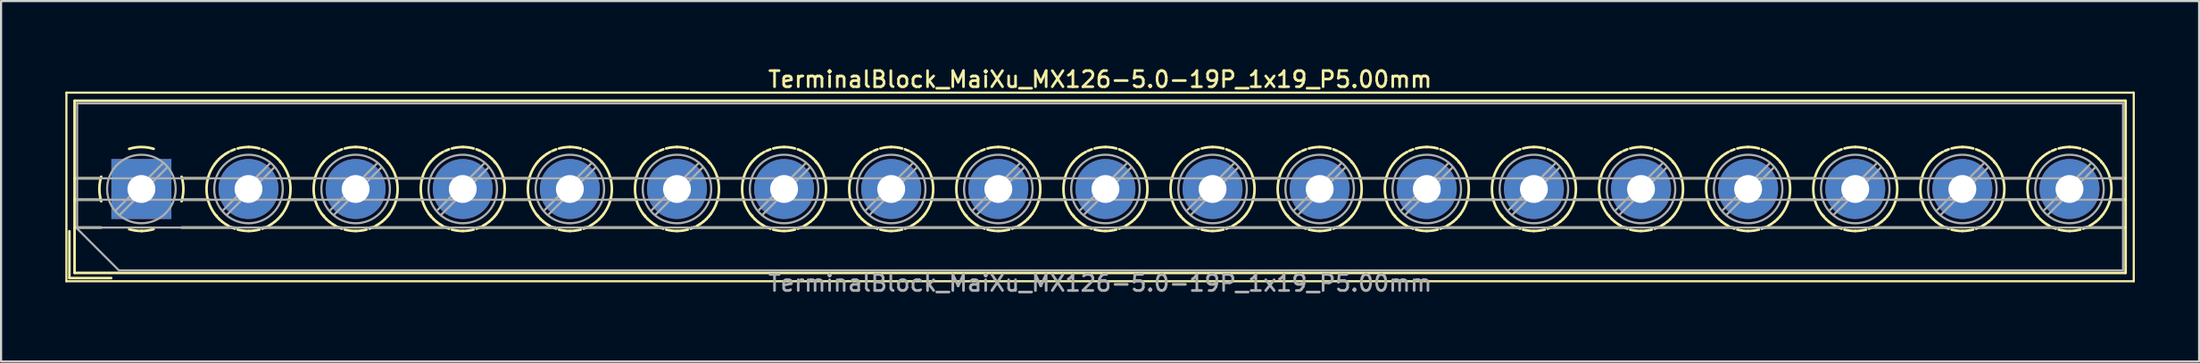
<source format=kicad_pcb>
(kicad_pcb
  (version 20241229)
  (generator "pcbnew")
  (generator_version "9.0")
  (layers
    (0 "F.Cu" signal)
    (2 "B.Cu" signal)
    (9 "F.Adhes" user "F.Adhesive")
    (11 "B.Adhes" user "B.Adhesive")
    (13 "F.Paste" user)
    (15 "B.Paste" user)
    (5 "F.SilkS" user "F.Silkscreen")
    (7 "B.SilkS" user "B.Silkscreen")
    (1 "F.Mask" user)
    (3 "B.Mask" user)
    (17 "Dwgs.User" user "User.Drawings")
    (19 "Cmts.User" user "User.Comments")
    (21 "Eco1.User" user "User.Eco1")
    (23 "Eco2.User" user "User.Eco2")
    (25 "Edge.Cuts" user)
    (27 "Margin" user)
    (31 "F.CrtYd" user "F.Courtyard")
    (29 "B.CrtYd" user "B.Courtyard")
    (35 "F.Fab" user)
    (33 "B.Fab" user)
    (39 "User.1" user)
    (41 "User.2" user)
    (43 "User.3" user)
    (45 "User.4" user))
  (footprint "TerminalBlock_MaiXu_MX126-5.0-19P_1x19_P5.00mm"
    (layer "F.Cu")
    (at 3.55 5.778)
    (property "Reference" "TerminalBlock_MaiXu_MX126-5.0-19P_1x19_P5.00mm" (at 44.75 -5.12 0) (layer "F.SilkS") (effects (font (size 0.75 0.75) (thickness 0.125))))
    (attr through_hole)
    (fp_line (start -3.5 -4.5) (end -3.5 4.31) (stroke (width 0.1) (type solid)) (layer "F.SilkS"))
    (fp_line (start -3.5 4.31) (end 93 4.31) (stroke (width 0.1) (type solid)) (layer "F.SilkS"))
    (fp_line (start -3.36 1.97) (end -3.36 4.16) (stroke (width 0.12) (type solid)) (layer "F.SilkS"))
    (fp_line (start -3.36 4.16) (end -1.41 4.16) (stroke (width 0.12) (type solid)) (layer "F.SilkS"))
    (fp_line (start -3.12 -4.12) (end -3.12 3.92) (stroke (width 0.12) (type solid)) (layer "F.SilkS"))
    (fp_line (start -3.12 -4.12) (end 92.62 -4.12) (stroke (width 0.12) (type solid)) (layer "F.SilkS"))
    (fp_line (start -3.12 -0.5) (end -1.88 -0.5) (stroke (width 0.12) (type solid)) (layer "F.SilkS"))
    (fp_line (start -3.12 0.5) (end -1.88 0.5) (stroke (width 0.12) (type solid)) (layer "F.SilkS"))
    (fp_line (start -3.12 1.8) (end -1.88 1.8) (stroke (width 0.12) (type solid)) (layer "F.SilkS"))
    (fp_line (start -3.12 3.92) (end 92.62 3.92) (stroke (width 0.12) (type solid)) (layer "F.SilkS"))
    (fp_line (start 1.88 -0.5) (end 3.165 -0.5) (stroke (width 0.12) (type solid)) (layer "F.SilkS"))
    (fp_line (start 1.88 0.5) (end 3.165 0.5) (stroke (width 0.12) (type solid)) (layer "F.SilkS"))
    (fp_line (start 1.88 1.8) (end 4.331 1.8) (stroke (width 0.12) (type solid)) (layer "F.SilkS"))
    (fp_line (start 3.514 1.248) (end 3.514 1.248) (stroke (width 0.12) (type solid)) (layer "F.SilkS"))
    (fp_line (start 5.67 1.8) (end 9.331 1.8) (stroke (width 0.12) (type solid)) (layer "F.SilkS"))
    (fp_line (start 6.487 -1.248) (end 6.487 -1.248) (stroke (width 0.12) (type solid)) (layer "F.SilkS"))
    (fp_line (start 6.836 -0.5) (end 8.165 -0.5) (stroke (width 0.12) (type solid)) (layer "F.SilkS"))
    (fp_line (start 6.836 0.5) (end 8.165 0.5) (stroke (width 0.12) (type solid)) (layer "F.SilkS"))
    (fp_line (start 8.514 1.248) (end 8.514 1.248) (stroke (width 0.12) (type solid)) (layer "F.SilkS"))
    (fp_line (start 10.67 1.8) (end 14.331 1.8) (stroke (width 0.12) (type solid)) (layer "F.SilkS"))
    (fp_line (start 11.487 -1.248) (end 11.487 -1.248) (stroke (width 0.12) (type solid)) (layer "F.SilkS"))
    (fp_line (start 11.836 -0.5) (end 13.165 -0.5) (stroke (width 0.12) (type solid)) (layer "F.SilkS"))
    (fp_line (start 11.836 0.5) (end 13.165 0.5) (stroke (width 0.12) (type solid)) (layer "F.SilkS"))
    (fp_line (start 13.514 1.248) (end 13.514 1.248) (stroke (width 0.12) (type solid)) (layer "F.SilkS"))
    (fp_line (start 15.67 1.8) (end 19.331 1.8) (stroke (width 0.12) (type solid)) (layer "F.SilkS"))
    (fp_line (start 16.487 -1.248) (end 16.487 -1.248) (stroke (width 0.12) (type solid)) (layer "F.SilkS"))
    (fp_line (start 16.836 -0.5) (end 18.165 -0.5) (stroke (width 0.12) (type solid)) (layer "F.SilkS"))
    (fp_line (start 16.836 0.5) (end 18.165 0.5) (stroke (width 0.12) (type solid)) (layer "F.SilkS"))
    (fp_line (start 18.514 1.248) (end 18.514 1.248) (stroke (width 0.12) (type solid)) (layer "F.SilkS"))
    (fp_line (start 20.67 1.8) (end 24.331 1.8) (stroke (width 0.12) (type solid)) (layer "F.SilkS"))
    (fp_line (start 21.487 -1.248) (end 21.487 -1.248) (stroke (width 0.12) (type solid)) (layer "F.SilkS"))
    (fp_line (start 21.836 -0.5) (end 23.165 -0.5) (stroke (width 0.12) (type solid)) (layer "F.SilkS"))
    (fp_line (start 21.836 0.5) (end 23.165 0.5) (stroke (width 0.12) (type solid)) (layer "F.SilkS"))
    (fp_line (start 23.514 1.248) (end 23.514 1.248) (stroke (width 0.12) (type solid)) (layer "F.SilkS"))
    (fp_line (start 25.67 1.8) (end 29.331 1.8) (stroke (width 0.12) (type solid)) (layer "F.SilkS"))
    (fp_line (start 26.487 -1.248) (end 26.487 -1.248) (stroke (width 0.12) (type solid)) (layer "F.SilkS"))
    (fp_line (start 26.836 -0.5) (end 28.165 -0.5) (stroke (width 0.12) (type solid)) (layer "F.SilkS"))
    (fp_line (start 26.836 0.5) (end 28.165 0.5) (stroke (width 0.12) (type solid)) (layer "F.SilkS"))
    (fp_line (start 28.514 1.248) (end 28.514 1.248) (stroke (width 0.12) (type solid)) (layer "F.SilkS"))
    (fp_line (start 30.67 1.8) (end 34.331 1.8) (stroke (width 0.12) (type solid)) (layer "F.SilkS"))
    (fp_line (start 31.487 -1.248) (end 31.487 -1.248) (stroke (width 0.12) (type solid)) (layer "F.SilkS"))
    (fp_line (start 31.836 -0.5) (end 33.165 -0.5) (stroke (width 0.12) (type solid)) (layer "F.SilkS"))
    (fp_line (start 31.836 0.5) (end 33.165 0.5) (stroke (width 0.12) (type solid)) (layer "F.SilkS"))
    (fp_line (start 33.514 1.248) (end 33.514 1.248) (stroke (width 0.12) (type solid)) (layer "F.SilkS"))
    (fp_line (start 35.67 1.8) (end 39.331 1.8) (stroke (width 0.12) (type solid)) (layer "F.SilkS"))
    (fp_line (start 36.487 -1.248) (end 36.487 -1.248) (stroke (width 0.12) (type solid)) (layer "F.SilkS"))
    (fp_line (start 36.836 -0.5) (end 38.165 -0.5) (stroke (width 0.12) (type solid)) (layer "F.SilkS"))
    (fp_line (start 36.836 0.5) (end 38.165 0.5) (stroke (width 0.12) (type solid)) (layer "F.SilkS"))
    (fp_line (start 38.514 1.248) (end 38.514 1.248) (stroke (width 0.12) (type solid)) (layer "F.SilkS"))
    (fp_line (start 40.67 1.8) (end 44.331 1.8) (stroke (width 0.12) (type solid)) (layer "F.SilkS"))
    (fp_line (start 41.487 -1.248) (end 41.487 -1.248) (stroke (width 0.12) (type solid)) (layer "F.SilkS"))
    (fp_line (start 41.836 -0.5) (end 43.165 -0.5) (stroke (width 0.12) (type solid)) (layer "F.SilkS"))
    (fp_line (start 41.836 0.5) (end 43.165 0.5) (stroke (width 0.12) (type solid)) (layer "F.SilkS"))
    (fp_line (start 43.514 1.248) (end 43.514 1.248) (stroke (width 0.12) (type solid)) (layer "F.SilkS"))
    (fp_line (start 45.67 1.8) (end 49.331 1.8) (stroke (width 0.12) (type solid)) (layer "F.SilkS"))
    (fp_line (start 46.487 -1.248) (end 46.487 -1.248) (stroke (width 0.12) (type solid)) (layer "F.SilkS"))
    (fp_line (start 46.836 -0.5) (end 48.165 -0.5) (stroke (width 0.12) (type solid)) (layer "F.SilkS"))
    (fp_line (start 46.836 0.5) (end 48.165 0.5) (stroke (width 0.12) (type solid)) (layer "F.SilkS"))
    (fp_line (start 48.514 1.248) (end 48.514 1.248) (stroke (width 0.12) (type solid)) (layer "F.SilkS"))
    (fp_line (start 50.67 1.8) (end 54.331 1.8) (stroke (width 0.12) (type solid)) (layer "F.SilkS"))
    (fp_line (start 51.487 -1.248) (end 51.487 -1.248) (stroke (width 0.12) (type solid)) (layer "F.SilkS"))
    (fp_line (start 51.836 -0.5) (end 53.165 -0.5) (stroke (width 0.12) (type solid)) (layer "F.SilkS"))
    (fp_line (start 51.836 0.5) (end 53.165 0.5) (stroke (width 0.12) (type solid)) (layer "F.SilkS"))
    (fp_line (start 53.514 1.248) (end 53.514 1.248) (stroke (width 0.12) (type solid)) (layer "F.SilkS"))
    (fp_line (start 55.67 1.8) (end 59.331 1.8) (stroke (width 0.12) (type solid)) (layer "F.SilkS"))
    (fp_line (start 56.487 -1.248) (end 56.487 -1.248) (stroke (width 0.12) (type solid)) (layer "F.SilkS"))
    (fp_line (start 56.836 -0.5) (end 58.165 -0.5) (stroke (width 0.12) (type solid)) (layer "F.SilkS"))
    (fp_line (start 56.836 0.5) (end 58.165 0.5) (stroke (width 0.12) (type solid)) (layer "F.SilkS"))
    (fp_line (start 58.514 1.248) (end 58.514 1.248) (stroke (width 0.12) (type solid)) (layer "F.SilkS"))
    (fp_line (start 60.67 1.8) (end 64.331 1.8) (stroke (width 0.12) (type solid)) (layer "F.SilkS"))
    (fp_line (start 61.487 -1.248) (end 61.487 -1.248) (stroke (width 0.12) (type solid)) (layer "F.SilkS"))
    (fp_line (start 61.836 -0.5) (end 63.165 -0.5) (stroke (width 0.12) (type solid)) (layer "F.SilkS"))
    (fp_line (start 61.836 0.5) (end 63.165 0.5) (stroke (width 0.12) (type solid)) (layer "F.SilkS"))
    (fp_line (start 63.514 1.248) (end 63.514 1.248) (stroke (width 0.12) (type solid)) (layer "F.SilkS"))
    (fp_line (start 65.67 1.8) (end 69.331 1.8) (stroke (width 0.12) (type solid)) (layer "F.SilkS"))
    (fp_line (start 66.487 -1.248) (end 66.487 -1.248) (stroke (width 0.12) (type solid)) (layer "F.SilkS"))
    (fp_line (start 66.836 -0.5) (end 68.165 -0.5) (stroke (width 0.12) (type solid)) (layer "F.SilkS"))
    (fp_line (start 66.836 0.5) (end 68.165 0.5) (stroke (width 0.12) (type solid)) (layer "F.SilkS"))
    (fp_line (start 68.514 1.248) (end 68.514 1.248) (stroke (width 0.12) (type solid)) (layer "F.SilkS"))
    (fp_line (start 70.67 1.8) (end 74.331 1.8) (stroke (width 0.12) (type solid)) (layer "F.SilkS"))
    (fp_line (start 71.487 -1.248) (end 71.487 -1.248) (stroke (width 0.12) (type solid)) (layer "F.SilkS"))
    (fp_line (start 71.836 -0.5) (end 73.165 -0.5) (stroke (width 0.12) (type solid)) (layer "F.SilkS"))
    (fp_line (start 71.836 0.5) (end 73.165 0.5) (stroke (width 0.12) (type solid)) (layer "F.SilkS"))
    (fp_line (start 73.514 1.248) (end 73.514 1.248) (stroke (width 0.12) (type solid)) (layer "F.SilkS"))
    (fp_line (start 75.67 1.8) (end 79.331 1.8) (stroke (width 0.12) (type solid)) (layer "F.SilkS"))
    (fp_line (start 76.487 -1.248) (end 76.487 -1.248) (stroke (width 0.12) (type solid)) (layer "F.SilkS"))
    (fp_line (start 76.836 -0.5) (end 78.165 -0.5) (stroke (width 0.12) (type solid)) (layer "F.SilkS"))
    (fp_line (start 76.836 0.5) (end 78.165 0.5) (stroke (width 0.12) (type solid)) (layer "F.SilkS"))
    (fp_line (start 78.514 1.248) (end 78.514 1.248) (stroke (width 0.12) (type solid)) (layer "F.SilkS"))
    (fp_line (start 80.67 1.8) (end 84.331 1.8) (stroke (width 0.12) (type solid)) (layer "F.SilkS"))
    (fp_line (start 81.487 -1.248) (end 81.487 -1.248) (stroke (width 0.12) (type solid)) (layer "F.SilkS"))
    (fp_line (start 81.836 -0.5) (end 83.165 -0.5) (stroke (width 0.12) (type solid)) (layer "F.SilkS"))
    (fp_line (start 81.836 0.5) (end 83.165 0.5) (stroke (width 0.12) (type solid)) (layer "F.SilkS"))
    (fp_line (start 83.514 1.248) (end 83.514 1.248) (stroke (width 0.12) (type solid)) (layer "F.SilkS"))
    (fp_line (start 85.67 1.8) (end 89.331 1.8) (stroke (width 0.12) (type solid)) (layer "F.SilkS"))
    (fp_line (start 86.487 -1.248) (end 86.487 -1.248) (stroke (width 0.12) (type solid)) (layer "F.SilkS"))
    (fp_line (start 86.836 -0.5) (end 88.165 -0.5) (stroke (width 0.12) (type solid)) (layer "F.SilkS"))
    (fp_line (start 86.836 0.5) (end 88.165 0.5) (stroke (width 0.12) (type solid)) (layer "F.SilkS"))
    (fp_line (start 88.514 1.248) (end 88.514 1.248) (stroke (width 0.12) (type solid)) (layer "F.SilkS"))
    (fp_line (start 90.67 1.8) (end 92.62 1.8) (stroke (width 0.12) (type solid)) (layer "F.SilkS"))
    (fp_line (start 91.487 -1.248) (end 91.487 -1.248) (stroke (width 0.12) (type solid)) (layer "F.SilkS"))
    (fp_line (start 91.836 -0.5) (end 92.62 -0.5) (stroke (width 0.12) (type solid)) (layer "F.SilkS"))
    (fp_line (start 91.836 0.5) (end 92.62 0.5) (stroke (width 0.12) (type solid)) (layer "F.SilkS"))
    (fp_line (start 92.62 -4.12) (end 92.62 3.92) (stroke (width 0.12) (type solid)) (layer "F.SilkS"))
    (fp_line (start 93 -4.5) (end -3.5 -4.5) (stroke (width 0.1) (type solid)) (layer "F.SilkS"))
    (fp_line (start 93 4.31) (end 93 -4.5) (stroke (width 0.1) (type solid)) (layer "F.SilkS"))
    (fp_arc (start -1.875422 0.572619) (mid -1.960893 -0.000722) (end -1.875 -0.574) (stroke (width 0.12) (type solid)) (layer "F.SilkS"))
    (fp_arc (start -0.572619 -1.875422) (mid 0.000722 -1.960893) (end 0.574 -1.875) (stroke (width 0.12) (type solid)) (layer "F.SilkS"))
    (fp_arc (start 0.0335 1.960607) (mid -0.273618 1.941709) (end -0.574 1.875) (stroke (width 0.12) (type solid)) (layer "F.SilkS"))
    (fp_arc (start 0.573049 1.874357) (mid 0.289706 1.938471) (end 0 1.96) (stroke (width 0.12) (type solid)) (layer "F.SilkS"))
    (fp_arc (start 1.875422 -0.572619) (mid 1.960893 0.000722) (end 1.875 0.574) (stroke (width 0.12) (type solid)) (layer "F.SilkS"))
    (fp_arc (start 3.434339 1.179122) (mid 3.039994 -0.000549) (end 3.435 -1.18) (stroke (width 0.12) (type solid)) (layer "F.SilkS"))
    (fp_arc (start 3.434826 -1.180695) (mid 3.476985 -1.2346) (end 3.521 -1.287) (stroke (width 0.12) (type solid)) (layer "F.SilkS"))
    (fp_arc (start 3.521125 1.286294) (mid 3.477135 1.233899) (end 3.435 1.18) (stroke (width 0.12) (type solid)) (layer "F.SilkS"))
    (fp_arc (start 3.521202 -1.287012) (mid 3.578748 -1.350291) (end 3.639 -1.411) (stroke (width 0.12) (type solid)) (layer "F.SilkS"))
    (fp_arc (start 3.63871 1.41001) (mid 3.578502 1.349289) (end 3.521 1.286) (stroke (width 0.12) (type solid)) (layer "F.SilkS"))
    (fp_arc (start 3.638867 -1.410738) (mid 3.701698 -1.468767) (end 3.767 -1.524) (stroke (width 0.12) (type solid)) (layer "F.SilkS"))
    (fp_arc (start 3.767069 1.523253) (mid 3.701799 1.468024) (end 3.639 1.41) (stroke (width 0.12) (type solid)) (layer "F.SilkS"))
    (fp_arc (start 3.767452 -1.524377) (mid 3.835117 -1.576689) (end 3.905 -1.626) (stroke (width 0.12) (type solid)) (layer "F.SilkS"))
    (fp_arc (start 3.904517 1.625664) (mid 3.834649 1.576332) (end 3.767 1.524) (stroke (width 0.12) (type solid)) (layer "F.SilkS"))
    (fp_arc (start 3.93363 -1.644317) (mid 4.00637 -1.689266) (end 4.081 -1.731) (stroke (width 0.12) (type solid)) (layer "F.SilkS"))
    (fp_arc (start 4.080344 1.730739) (mid 4.005726 1.688977) (end 3.933 1.644) (stroke (width 0.12) (type solid)) (layer "F.SilkS"))
    (fp_arc (start 4.172694 -1.777259) (mid 4.266842 -1.818121) (end 4.363 -1.854) (stroke (width 0.12) (type solid)) (layer "F.SilkS"))
    (fp_arc (start 4.362283 1.853815) (mid 4.266136 1.817899) (end 4.172 1.777) (stroke (width 0.12) (type solid)) (layer "F.SilkS"))
    (fp_arc (start 4.493681 -1.893473) (mid 4.74516 -1.943362) (end 5.001 -1.96) (stroke (width 0.12) (type solid)) (layer "F.SilkS"))
    (fp_arc (start 5.000479 1.960685) (mid 4.744554 1.943973) (end 4.493 1.894) (stroke (width 0.12) (type solid)) (layer "F.SilkS"))
    (fp_arc (start 5.000487 -1.960944) (mid 5.256437 -1.944104) (end 5.508 -1.894) (stroke (width 0.12) (type solid)) (layer "F.SilkS"))
    (fp_arc (start 5.507285 1.893215) (mid 5.255831 1.943232) (end 5 1.96) (stroke (width 0.12) (type solid)) (layer "F.SilkS"))
    (fp_arc (start 5.638712 -1.85392) (mid 5.734863 -1.817951) (end 5.829 -1.777) (stroke (width 0.12) (type solid)) (layer "F.SilkS"))
    (fp_arc (start 5.829295 1.77705) (mid 5.735155 1.818016) (end 5.639 1.854) (stroke (width 0.12) (type solid)) (layer "F.SilkS"))
    (fp_arc (start 5.920652 -1.730826) (mid 5.995273 -1.689021) (end 6.068 -1.644) (stroke (width 0.12) (type solid)) (layer "F.SilkS"))
    (fp_arc (start 6.068362 1.644143) (mid 5.995629 1.689179) (end 5.921 1.731) (stroke (width 0.12) (type solid)) (layer "F.SilkS"))
    (fp_arc (start 6.096479 -1.625751) (mid 6.16635 -1.576376) (end 6.234 -1.524) (stroke (width 0.12) (type solid)) (layer "F.SilkS"))
    (fp_arc (start 6.233457 1.523294) (mid 6.165838 1.575647) (end 6.096 1.625) (stroke (width 0.12) (type solid)) (layer "F.SilkS"))
    (fp_arc (start 6.233928 -1.523341) (mid 6.2992 -1.468068) (end 6.362 -1.41) (stroke (width 0.12) (type solid)) (layer "F.SilkS"))
    (fp_arc (start 6.36213 1.410651) (mid 6.299301 1.468723) (end 6.234 1.524) (stroke (width 0.12) (type solid)) (layer "F.SilkS"))
    (fp_arc (start 6.362286 -1.410097) (mid 6.422497 -1.349333) (end 6.48 -1.286) (stroke (width 0.12) (type solid)) (layer "F.SilkS"))
    (fp_arc (start 6.479707 1.285928) (mid 6.422207 1.349248) (end 6.362 1.41) (stroke (width 0.12) (type solid)) (layer "F.SilkS"))
    (fp_arc (start 6.479873 -1.286364) (mid 6.523865 -1.233934) (end 6.566 -1.18) (stroke (width 0.12) (type solid)) (layer "F.SilkS"))
    (fp_arc (start 6.565937 -1.180084) (mid 6.960805 -0.000052) (end 6.566 1.18) (stroke (width 0.12) (type solid)) (layer "F.SilkS"))
    (fp_arc (start 6.566102 1.179628) (mid 6.523979 1.233565) (end 6.48 1.286) (stroke (width 0.12) (type solid)) (layer "F.SilkS"))
    (fp_arc (start 8.434339 1.179122) (mid 8.039994 -0.000549) (end 8.435 -1.18) (stroke (width 0.12) (type solid)) (layer "F.SilkS"))
    (fp_arc (start 8.434826 -1.180695) (mid 8.476985 -1.2346) (end 8.521 -1.287) (stroke (width 0.12) (type solid)) (layer "F.SilkS"))
    (fp_arc (start 8.521125 1.286294) (mid 8.477135 1.233899) (end 8.435 1.18) (stroke (width 0.12) (type solid)) (layer "F.SilkS"))
    (fp_arc (start 8.521202 -1.287012) (mid 8.578748 -1.350291) (end 8.639 -1.411) (stroke (width 0.12) (type solid)) (layer "F.SilkS"))
    (fp_arc (start 8.63871 1.41001) (mid 8.578502 1.349289) (end 8.521 1.286) (stroke (width 0.12) (type solid)) (layer "F.SilkS"))
    (fp_arc (start 8.638867 -1.410738) (mid 8.701698 -1.468767) (end 8.767 -1.524) (stroke (width 0.12) (type solid)) (layer "F.SilkS"))
    (fp_arc (start 8.767069 1.523253) (mid 8.701799 1.468024) (end 8.639 1.41) (stroke (width 0.12) (type solid)) (layer "F.SilkS"))
    (fp_arc (start 8.767452 -1.524377) (mid 8.835117 -1.576689) (end 8.905 -1.626) (stroke (width 0.12) (type solid)) (layer "F.SilkS"))
    (fp_arc (start 8.904517 1.625664) (mid 8.834649 1.576332) (end 8.767 1.524) (stroke (width 0.12) (type solid)) (layer "F.SilkS"))
    (fp_arc (start 8.93363 -1.644317) (mid 9.00637 -1.689266) (end 9.081 -1.731) (stroke (width 0.12) (type solid)) (layer "F.SilkS"))
    (fp_arc (start 9.080344 1.730739) (mid 9.005726 1.688977) (end 8.933 1.644) (stroke (width 0.12) (type solid)) (layer "F.SilkS"))
    (fp_arc (start 9.172694 -1.777259) (mid 9.266842 -1.818121) (end 9.363 -1.854) (stroke (width 0.12) (type solid)) (layer "F.SilkS"))
    (fp_arc (start 9.362283 1.853815) (mid 9.266136 1.817899) (end 9.172 1.777) (stroke (width 0.12) (type solid)) (layer "F.SilkS"))
    (fp_arc (start 9.493681 -1.893473) (mid 9.74516 -1.943362) (end 10.001 -1.96) (stroke (width 0.12) (type solid)) (layer "F.SilkS"))
    (fp_arc (start 10.000479 1.960685) (mid 9.744554 1.943973) (end 9.493 1.894) (stroke (width 0.12) (type solid)) (layer "F.SilkS"))
    (fp_arc (start 10.000487 -1.960944) (mid 10.256437 -1.944104) (end 10.508 -1.894) (stroke (width 0.12) (type solid)) (layer "F.SilkS"))
    (fp_arc (start 10.507285 1.893215) (mid 10.255831 1.943232) (end 10 1.96) (stroke (width 0.12) (type solid)) (layer "F.SilkS"))
    (fp_arc (start 10.638712 -1.85392) (mid 10.734863 -1.817951) (end 10.829 -1.777) (stroke (width 0.12) (type solid)) (layer "F.SilkS"))
    (fp_arc (start 10.829295 1.77705) (mid 10.735155 1.818016) (end 10.639 1.854) (stroke (width 0.12) (type solid)) (layer "F.SilkS"))
    (fp_arc (start 10.920652 -1.730826) (mid 10.995273 -1.689021) (end 11.068 -1.644) (stroke (width 0.12) (type solid)) (layer "F.SilkS"))
    (fp_arc (start 11.068362 1.644143) (mid 10.995629 1.689179) (end 10.921 1.731) (stroke (width 0.12) (type solid)) (layer "F.SilkS"))
    (fp_arc (start 11.096479 -1.625751) (mid 11.16635 -1.576376) (end 11.234 -1.524) (stroke (width 0.12) (type solid)) (layer "F.SilkS"))
    (fp_arc (start 11.233457 1.523294) (mid 11.165838 1.575647) (end 11.096 1.625) (stroke (width 0.12) (type solid)) (layer "F.SilkS"))
    (fp_arc (start 11.233928 -1.523341) (mid 11.2992 -1.468068) (end 11.362 -1.41) (stroke (width 0.12) (type solid)) (layer "F.SilkS"))
    (fp_arc (start 11.36213 1.410651) (mid 11.299301 1.468723) (end 11.234 1.524) (stroke (width 0.12) (type solid)) (layer "F.SilkS"))
    (fp_arc (start 11.362286 -1.410097) (mid 11.422497 -1.349333) (end 11.48 -1.286) (stroke (width 0.12) (type solid)) (layer "F.SilkS"))
    (fp_arc (start 11.479707 1.285928) (mid 11.422207 1.349248) (end 11.362 1.41) (stroke (width 0.12) (type solid)) (layer "F.SilkS"))
    (fp_arc (start 11.479873 -1.286364) (mid 11.523865 -1.233934) (end 11.566 -1.18) (stroke (width 0.12) (type solid)) (layer "F.SilkS"))
    (fp_arc (start 11.565937 -1.180084) (mid 11.960805 -0.000052) (end 11.566 1.18) (stroke (width 0.12) (type solid)) (layer "F.SilkS"))
    (fp_arc (start 11.566102 1.179628) (mid 11.523979 1.233565) (end 11.48 1.286) (stroke (width 0.12) (type solid)) (layer "F.SilkS"))
    (fp_arc (start 13.434339 1.179122) (mid 13.039994 -0.000549) (end 13.435 -1.18) (stroke (width 0.12) (type solid)) (layer "F.SilkS"))
    (fp_arc (start 13.434826 -1.180695) (mid 13.476985 -1.2346) (end 13.521 -1.287) (stroke (width 0.12) (type solid)) (layer "F.SilkS"))
    (fp_arc (start 13.521125 1.286294) (mid 13.477135 1.233899) (end 13.435 1.18) (stroke (width 0.12) (type solid)) (layer "F.SilkS"))
    (fp_arc (start 13.521202 -1.287012) (mid 13.578748 -1.350291) (end 13.639 -1.411) (stroke (width 0.12) (type solid)) (layer "F.SilkS"))
    (fp_arc (start 13.63871 1.41001) (mid 13.578502 1.349289) (end 13.521 1.286) (stroke (width 0.12) (type solid)) (layer "F.SilkS"))
    (fp_arc (start 13.638867 -1.410738) (mid 13.701698 -1.468767) (end 13.767 -1.524) (stroke (width 0.12) (type solid)) (layer "F.SilkS"))
    (fp_arc (start 13.767069 1.523253) (mid 13.701799 1.468024) (end 13.639 1.41) (stroke (width 0.12) (type solid)) (layer "F.SilkS"))
    (fp_arc (start 13.767452 -1.524377) (mid 13.835117 -1.576689) (end 13.905 -1.626) (stroke (width 0.12) (type solid)) (layer "F.SilkS"))
    (fp_arc (start 13.904517 1.625664) (mid 13.834649 1.576332) (end 13.767 1.524) (stroke (width 0.12) (type solid)) (layer "F.SilkS"))
    (fp_arc (start 13.93363 -1.644317) (mid 14.00637 -1.689266) (end 14.081 -1.731) (stroke (width 0.12) (type solid)) (layer "F.SilkS"))
    (fp_arc (start 14.080344 1.730739) (mid 14.005726 1.688977) (end 13.933 1.644) (stroke (width 0.12) (type solid)) (layer "F.SilkS"))
    (fp_arc (start 14.172694 -1.777259) (mid 14.266842 -1.818121) (end 14.363 -1.854) (stroke (width 0.12) (type solid)) (layer "F.SilkS"))
    (fp_arc (start 14.362283 1.853815) (mid 14.266136 1.817899) (end 14.172 1.777) (stroke (width 0.12) (type solid)) (layer "F.SilkS"))
    (fp_arc (start 14.493681 -1.893473) (mid 14.74516 -1.943362) (end 15.001 -1.96) (stroke (width 0.12) (type solid)) (layer "F.SilkS"))
    (fp_arc (start 15.000479 1.960685) (mid 14.744554 1.943973) (end 14.493 1.894) (stroke (width 0.12) (type solid)) (layer "F.SilkS"))
    (fp_arc (start 15.000487 -1.960944) (mid 15.256437 -1.944104) (end 15.508 -1.894) (stroke (width 0.12) (type solid)) (layer "F.SilkS"))
    (fp_arc (start 15.507285 1.893215) (mid 15.255831 1.943232) (end 15 1.96) (stroke (width 0.12) (type solid)) (layer "F.SilkS"))
    (fp_arc (start 15.638712 -1.85392) (mid 15.734863 -1.817951) (end 15.829 -1.777) (stroke (width 0.12) (type solid)) (layer "F.SilkS"))
    (fp_arc (start 15.829295 1.77705) (mid 15.735155 1.818016) (end 15.639 1.854) (stroke (width 0.12) (type solid)) (layer "F.SilkS"))
    (fp_arc (start 15.920652 -1.730826) (mid 15.995273 -1.689021) (end 16.068 -1.644) (stroke (width 0.12) (type solid)) (layer "F.SilkS"))
    (fp_arc (start 16.068362 1.644143) (mid 15.995629 1.689179) (end 15.921 1.731) (stroke (width 0.12) (type solid)) (layer "F.SilkS"))
    (fp_arc (start 16.096479 -1.625751) (mid 16.16635 -1.576376) (end 16.234 -1.524) (stroke (width 0.12) (type solid)) (layer "F.SilkS"))
    (fp_arc (start 16.233457 1.523294) (mid 16.165838 1.575647) (end 16.096 1.625) (stroke (width 0.12) (type solid)) (layer "F.SilkS"))
    (fp_arc (start 16.233928 -1.523341) (mid 16.2992 -1.468068) (end 16.362 -1.41) (stroke (width 0.12) (type solid)) (layer "F.SilkS"))
    (fp_arc (start 16.36213 1.410651) (mid 16.299301 1.468723) (end 16.234 1.524) (stroke (width 0.12) (type solid)) (layer "F.SilkS"))
    (fp_arc (start 16.362286 -1.410097) (mid 16.422497 -1.349333) (end 16.48 -1.286) (stroke (width 0.12) (type solid)) (layer "F.SilkS"))
    (fp_arc (start 16.479707 1.285928) (mid 16.422207 1.349248) (end 16.362 1.41) (stroke (width 0.12) (type solid)) (layer "F.SilkS"))
    (fp_arc (start 16.479873 -1.286364) (mid 16.523865 -1.233934) (end 16.566 -1.18) (stroke (width 0.12) (type solid)) (layer "F.SilkS"))
    (fp_arc (start 16.565937 -1.180084) (mid 16.960805 -0.000052) (end 16.566 1.18) (stroke (width 0.12) (type solid)) (layer "F.SilkS"))
    (fp_arc (start 16.566102 1.179628) (mid 16.523979 1.233565) (end 16.48 1.286) (stroke (width 0.12) (type solid)) (layer "F.SilkS"))
    (fp_arc (start 18.434339 1.179122) (mid 18.039994 -0.000549) (end 18.435 -1.18) (stroke (width 0.12) (type solid)) (layer "F.SilkS"))
    (fp_arc (start 18.434826 -1.180695) (mid 18.476985 -1.2346) (end 18.521 -1.287) (stroke (width 0.12) (type solid)) (layer "F.SilkS"))
    (fp_arc (start 18.521125 1.286294) (mid 18.477135 1.233899) (end 18.435 1.18) (stroke (width 0.12) (type solid)) (layer "F.SilkS"))
    (fp_arc (start 18.521202 -1.287012) (mid 18.578748 -1.350291) (end 18.639 -1.411) (stroke (width 0.12) (type solid)) (layer "F.SilkS"))
    (fp_arc (start 18.63871 1.41001) (mid 18.578502 1.349289) (end 18.521 1.286) (stroke (width 0.12) (type solid)) (layer "F.SilkS"))
    (fp_arc (start 18.638867 -1.410738) (mid 18.701698 -1.468767) (end 18.767 -1.524) (stroke (width 0.12) (type solid)) (layer "F.SilkS"))
    (fp_arc (start 18.767069 1.523253) (mid 18.701799 1.468024) (end 18.639 1.41) (stroke (width 0.12) (type solid)) (layer "F.SilkS"))
    (fp_arc (start 18.767452 -1.524377) (mid 18.835117 -1.576689) (end 18.905 -1.626) (stroke (width 0.12) (type solid)) (layer "F.SilkS"))
    (fp_arc (start 18.904517 1.625664) (mid 18.834649 1.576332) (end 18.767 1.524) (stroke (width 0.12) (type solid)) (layer "F.SilkS"))
    (fp_arc (start 18.93363 -1.644317) (mid 19.00637 -1.689266) (end 19.081 -1.731) (stroke (width 0.12) (type solid)) (layer "F.SilkS"))
    (fp_arc (start 19.080344 1.730739) (mid 19.005726 1.688977) (end 18.933 1.644) (stroke (width 0.12) (type solid)) (layer "F.SilkS"))
    (fp_arc (start 19.172694 -1.777259) (mid 19.266842 -1.818121) (end 19.363 -1.854) (stroke (width 0.12) (type solid)) (layer "F.SilkS"))
    (fp_arc (start 19.362283 1.853815) (mid 19.266136 1.817899) (end 19.172 1.777) (stroke (width 0.12) (type solid)) (layer "F.SilkS"))
    (fp_arc (start 19.493681 -1.893473) (mid 19.74516 -1.943362) (end 20.001 -1.96) (stroke (width 0.12) (type solid)) (layer "F.SilkS"))
    (fp_arc (start 20.000479 1.960685) (mid 19.744554 1.943973) (end 19.493 1.894) (stroke (width 0.12) (type solid)) (layer "F.SilkS"))
    (fp_arc (start 20.000487 -1.960944) (mid 20.256437 -1.944104) (end 20.508 -1.894) (stroke (width 0.12) (type solid)) (layer "F.SilkS"))
    (fp_arc (start 20.507285 1.893215) (mid 20.255831 1.943232) (end 20 1.96) (stroke (width 0.12) (type solid)) (layer "F.SilkS"))
    (fp_arc (start 20.638712 -1.85392) (mid 20.734863 -1.817951) (end 20.829 -1.777) (stroke (width 0.12) (type solid)) (layer "F.SilkS"))
    (fp_arc (start 20.829295 1.77705) (mid 20.735155 1.818016) (end 20.639 1.854) (stroke (width 0.12) (type solid)) (layer "F.SilkS"))
    (fp_arc (start 20.920652 -1.730826) (mid 20.995273 -1.689021) (end 21.068 -1.644) (stroke (width 0.12) (type solid)) (layer "F.SilkS"))
    (fp_arc (start 21.068362 1.644143) (mid 20.995629 1.689179) (end 20.921 1.731) (stroke (width 0.12) (type solid)) (layer "F.SilkS"))
    (fp_arc (start 21.096479 -1.625751) (mid 21.16635 -1.576376) (end 21.234 -1.524) (stroke (width 0.12) (type solid)) (layer "F.SilkS"))
    (fp_arc (start 21.233457 1.523294) (mid 21.165838 1.575647) (end 21.096 1.625) (stroke (width 0.12) (type solid)) (layer "F.SilkS"))
    (fp_arc (start 21.233928 -1.523341) (mid 21.2992 -1.468068) (end 21.362 -1.41) (stroke (width 0.12) (type solid)) (layer "F.SilkS"))
    (fp_arc (start 21.36213 1.410651) (mid 21.299301 1.468723) (end 21.234 1.524) (stroke (width 0.12) (type solid)) (layer "F.SilkS"))
    (fp_arc (start 21.362286 -1.410097) (mid 21.422497 -1.349333) (end 21.48 -1.286) (stroke (width 0.12) (type solid)) (layer "F.SilkS"))
    (fp_arc (start 21.479707 1.285928) (mid 21.422207 1.349248) (end 21.362 1.41) (stroke (width 0.12) (type solid)) (layer "F.SilkS"))
    (fp_arc (start 21.479873 -1.286364) (mid 21.523865 -1.233934) (end 21.566 -1.18) (stroke (width 0.12) (type solid)) (layer "F.SilkS"))
    (fp_arc (start 21.565937 -1.180084) (mid 21.960805 -0.000052) (end 21.566 1.18) (stroke (width 0.12) (type solid)) (layer "F.SilkS"))
    (fp_arc (start 21.566102 1.179628) (mid 21.523979 1.233565) (end 21.48 1.286) (stroke (width 0.12) (type solid)) (layer "F.SilkS"))
    (fp_arc (start 23.434339 1.179122) (mid 23.039994 -0.000549) (end 23.435 -1.18) (stroke (width 0.12) (type solid)) (layer "F.SilkS"))
    (fp_arc (start 23.434826 -1.180695) (mid 23.476985 -1.2346) (end 23.521 -1.287) (stroke (width 0.12) (type solid)) (layer "F.SilkS"))
    (fp_arc (start 23.521125 1.286294) (mid 23.477135 1.233899) (end 23.435 1.18) (stroke (width 0.12) (type solid)) (layer "F.SilkS"))
    (fp_arc (start 23.521202 -1.287012) (mid 23.578748 -1.350291) (end 23.639 -1.411) (stroke (width 0.12) (type solid)) (layer "F.SilkS"))
    (fp_arc (start 23.63871 1.41001) (mid 23.578502 1.349289) (end 23.521 1.286) (stroke (width 0.12) (type solid)) (layer "F.SilkS"))
    (fp_arc (start 23.638867 -1.410738) (mid 23.701698 -1.468767) (end 23.767 -1.524) (stroke (width 0.12) (type solid)) (layer "F.SilkS"))
    (fp_arc (start 23.767069 1.523253) (mid 23.701799 1.468024) (end 23.639 1.41) (stroke (width 0.12) (type solid)) (layer "F.SilkS"))
    (fp_arc (start 23.767452 -1.524377) (mid 23.835117 -1.576689) (end 23.905 -1.626) (stroke (width 0.12) (type solid)) (layer "F.SilkS"))
    (fp_arc (start 23.904517 1.625664) (mid 23.834649 1.576332) (end 23.767 1.524) (stroke (width 0.12) (type solid)) (layer "F.SilkS"))
    (fp_arc (start 23.93363 -1.644317) (mid 24.00637 -1.689266) (end 24.081 -1.731) (stroke (width 0.12) (type solid)) (layer "F.SilkS"))
    (fp_arc (start 24.080344 1.730739) (mid 24.005726 1.688977) (end 23.933 1.644) (stroke (width 0.12) (type solid)) (layer "F.SilkS"))
    (fp_arc (start 24.172694 -1.777259) (mid 24.266842 -1.818121) (end 24.363 -1.854) (stroke (width 0.12) (type solid)) (layer "F.SilkS"))
    (fp_arc (start 24.362283 1.853815) (mid 24.266136 1.817899) (end 24.172 1.777) (stroke (width 0.12) (type solid)) (layer "F.SilkS"))
    (fp_arc (start 24.493681 -1.893473) (mid 24.74516 -1.943362) (end 25.001 -1.96) (stroke (width 0.12) (type solid)) (layer "F.SilkS"))
    (fp_arc (start 25.000479 1.960685) (mid 24.744554 1.943973) (end 24.493 1.894) (stroke (width 0.12) (type solid)) (layer "F.SilkS"))
    (fp_arc (start 25.000487 -1.960944) (mid 25.256437 -1.944104) (end 25.508 -1.894) (stroke (width 0.12) (type solid)) (layer "F.SilkS"))
    (fp_arc (start 25.507285 1.893215) (mid 25.255831 1.943232) (end 25 1.96) (stroke (width 0.12) (type solid)) (layer "F.SilkS"))
    (fp_arc (start 25.638712 -1.85392) (mid 25.734863 -1.817951) (end 25.829 -1.777) (stroke (width 0.12) (type solid)) (layer "F.SilkS"))
    (fp_arc (start 25.829295 1.77705) (mid 25.735155 1.818016) (end 25.639 1.854) (stroke (width 0.12) (type solid)) (layer "F.SilkS"))
    (fp_arc (start 25.920652 -1.730826) (mid 25.995273 -1.689021) (end 26.068 -1.644) (stroke (width 0.12) (type solid)) (layer "F.SilkS"))
    (fp_arc (start 26.068362 1.644143) (mid 25.995629 1.689179) (end 25.921 1.731) (stroke (width 0.12) (type solid)) (layer "F.SilkS"))
    (fp_arc (start 26.096479 -1.625751) (mid 26.16635 -1.576376) (end 26.234 -1.524) (stroke (width 0.12) (type solid)) (layer "F.SilkS"))
    (fp_arc (start 26.233457 1.523294) (mid 26.165838 1.575647) (end 26.096 1.625) (stroke (width 0.12) (type solid)) (layer "F.SilkS"))
    (fp_arc (start 26.233928 -1.523341) (mid 26.2992 -1.468068) (end 26.362 -1.41) (stroke (width 0.12) (type solid)) (layer "F.SilkS"))
    (fp_arc (start 26.36213 1.410651) (mid 26.299301 1.468723) (end 26.234 1.524) (stroke (width 0.12) (type solid)) (layer "F.SilkS"))
    (fp_arc (start 26.362286 -1.410097) (mid 26.422497 -1.349333) (end 26.48 -1.286) (stroke (width 0.12) (type solid)) (layer "F.SilkS"))
    (fp_arc (start 26.479707 1.285928) (mid 26.422207 1.349248) (end 26.362 1.41) (stroke (width 0.12) (type solid)) (layer "F.SilkS"))
    (fp_arc (start 26.479873 -1.286364) (mid 26.523865 -1.233934) (end 26.566 -1.18) (stroke (width 0.12) (type solid)) (layer "F.SilkS"))
    (fp_arc (start 26.565937 -1.180084) (mid 26.960805 -0.000052) (end 26.566 1.18) (stroke (width 0.12) (type solid)) (layer "F.SilkS"))
    (fp_arc (start 26.566102 1.179628) (mid 26.523979 1.233565) (end 26.48 1.286) (stroke (width 0.12) (type solid)) (layer "F.SilkS"))
    (fp_arc (start 28.434339 1.179122) (mid 28.039994 -0.000549) (end 28.435 -1.18) (stroke (width 0.12) (type solid)) (layer "F.SilkS"))
    (fp_arc (start 28.434826 -1.180695) (mid 28.476985 -1.2346) (end 28.521 -1.287) (stroke (width 0.12) (type solid)) (layer "F.SilkS"))
    (fp_arc (start 28.521125 1.286294) (mid 28.477135 1.233899) (end 28.435 1.18) (stroke (width 0.12) (type solid)) (layer "F.SilkS"))
    (fp_arc (start 28.521202 -1.287012) (mid 28.578748 -1.350291) (end 28.639 -1.411) (stroke (width 0.12) (type solid)) (layer "F.SilkS"))
    (fp_arc (start 28.63871 1.41001) (mid 28.578502 1.349289) (end 28.521 1.286) (stroke (width 0.12) (type solid)) (layer "F.SilkS"))
    (fp_arc (start 28.638867 -1.410738) (mid 28.701698 -1.468767) (end 28.767 -1.524) (stroke (width 0.12) (type solid)) (layer "F.SilkS"))
    (fp_arc (start 28.767069 1.523253) (mid 28.701799 1.468024) (end 28.639 1.41) (stroke (width 0.12) (type solid)) (layer "F.SilkS"))
    (fp_arc (start 28.767452 -1.524377) (mid 28.835117 -1.576689) (end 28.905 -1.626) (stroke (width 0.12) (type solid)) (layer "F.SilkS"))
    (fp_arc (start 28.904517 1.625664) (mid 28.834649 1.576332) (end 28.767 1.524) (stroke (width 0.12) (type solid)) (layer "F.SilkS"))
    (fp_arc (start 28.93363 -1.644317) (mid 29.00637 -1.689266) (end 29.081 -1.731) (stroke (width 0.12) (type solid)) (layer "F.SilkS"))
    (fp_arc (start 29.080344 1.730739) (mid 29.005726 1.688977) (end 28.933 1.644) (stroke (width 0.12) (type solid)) (layer "F.SilkS"))
    (fp_arc (start 29.172694 -1.777259) (mid 29.266842 -1.818121) (end 29.363 -1.854) (stroke (width 0.12) (type solid)) (layer "F.SilkS"))
    (fp_arc (start 29.362283 1.853815) (mid 29.266136 1.817899) (end 29.172 1.777) (stroke (width 0.12) (type solid)) (layer "F.SilkS"))
    (fp_arc (start 29.493681 -1.893473) (mid 29.74516 -1.943362) (end 30.001 -1.96) (stroke (width 0.12) (type solid)) (layer "F.SilkS"))
    (fp_arc (start 30.000479 1.960685) (mid 29.744554 1.943973) (end 29.493 1.894) (stroke (width 0.12) (type solid)) (layer "F.SilkS"))
    (fp_arc (start 30.000487 -1.960944) (mid 30.256437 -1.944104) (end 30.508 -1.894) (stroke (width 0.12) (type solid)) (layer "F.SilkS"))
    (fp_arc (start 30.507285 1.893215) (mid 30.255831 1.943232) (end 30 1.96) (stroke (width 0.12) (type solid)) (layer "F.SilkS"))
    (fp_arc (start 30.638712 -1.85392) (mid 30.734863 -1.817951) (end 30.829 -1.777) (stroke (width 0.12) (type solid)) (layer "F.SilkS"))
    (fp_arc (start 30.829295 1.77705) (mid 30.735155 1.818016) (end 30.639 1.854) (stroke (width 0.12) (type solid)) (layer "F.SilkS"))
    (fp_arc (start 30.920652 -1.730826) (mid 30.995273 -1.689021) (end 31.068 -1.644) (stroke (width 0.12) (type solid)) (layer "F.SilkS"))
    (fp_arc (start 31.068362 1.644143) (mid 30.995629 1.689179) (end 30.921 1.731) (stroke (width 0.12) (type solid)) (layer "F.SilkS"))
    (fp_arc (start 31.096479 -1.625751) (mid 31.16635 -1.576376) (end 31.234 -1.524) (stroke (width 0.12) (type solid)) (layer "F.SilkS"))
    (fp_arc (start 31.233457 1.523294) (mid 31.165838 1.575647) (end 31.096 1.625) (stroke (width 0.12) (type solid)) (layer "F.SilkS"))
    (fp_arc (start 31.233928 -1.523341) (mid 31.2992 -1.468068) (end 31.362 -1.41) (stroke (width 0.12) (type solid)) (layer "F.SilkS"))
    (fp_arc (start 31.36213 1.410651) (mid 31.299301 1.468723) (end 31.234 1.524) (stroke (width 0.12) (type solid)) (layer "F.SilkS"))
    (fp_arc (start 31.362286 -1.410097) (mid 31.422497 -1.349333) (end 31.48 -1.286) (stroke (width 0.12) (type solid)) (layer "F.SilkS"))
    (fp_arc (start 31.479707 1.285928) (mid 31.422207 1.349248) (end 31.362 1.41) (stroke (width 0.12) (type solid)) (layer "F.SilkS"))
    (fp_arc (start 31.479873 -1.286364) (mid 31.523865 -1.233934) (end 31.566 -1.18) (stroke (width 0.12) (type solid)) (layer "F.SilkS"))
    (fp_arc (start 31.565937 -1.180084) (mid 31.960805 -0.000052) (end 31.566 1.18) (stroke (width 0.12) (type solid)) (layer "F.SilkS"))
    (fp_arc (start 31.566102 1.179628) (mid 31.523979 1.233565) (end 31.48 1.286) (stroke (width 0.12) (type solid)) (layer "F.SilkS"))
    (fp_arc (start 33.434339 1.179122) (mid 33.039994 -0.000549) (end 33.435 -1.18) (stroke (width 0.12) (type solid)) (layer "F.SilkS"))
    (fp_arc (start 33.434826 -1.180695) (mid 33.476985 -1.2346) (end 33.521 -1.287) (stroke (width 0.12) (type solid)) (layer "F.SilkS"))
    (fp_arc (start 33.521125 1.286294) (mid 33.477135 1.233899) (end 33.435 1.18) (stroke (width 0.12) (type solid)) (layer "F.SilkS"))
    (fp_arc (start 33.521202 -1.287012) (mid 33.578748 -1.350291) (end 33.639 -1.411) (stroke (width 0.12) (type solid)) (layer "F.SilkS"))
    (fp_arc (start 33.63871 1.41001) (mid 33.578502 1.349289) (end 33.521 1.286) (stroke (width 0.12) (type solid)) (layer "F.SilkS"))
    (fp_arc (start 33.638867 -1.410738) (mid 33.701698 -1.468767) (end 33.767 -1.524) (stroke (width 0.12) (type solid)) (layer "F.SilkS"))
    (fp_arc (start 33.767069 1.523253) (mid 33.701799 1.468024) (end 33.639 1.41) (stroke (width 0.12) (type solid)) (layer "F.SilkS"))
    (fp_arc (start 33.767452 -1.524377) (mid 33.835117 -1.576689) (end 33.905 -1.626) (stroke (width 0.12) (type solid)) (layer "F.SilkS"))
    (fp_arc (start 33.904517 1.625664) (mid 33.834649 1.576332) (end 33.767 1.524) (stroke (width 0.12) (type solid)) (layer "F.SilkS"))
    (fp_arc (start 33.93363 -1.644317) (mid 34.00637 -1.689266) (end 34.081 -1.731) (stroke (width 0.12) (type solid)) (layer "F.SilkS"))
    (fp_arc (start 34.080344 1.730739) (mid 34.005726 1.688977) (end 33.933 1.644) (stroke (width 0.12) (type solid)) (layer "F.SilkS"))
    (fp_arc (start 34.172694 -1.777259) (mid 34.266842 -1.818121) (end 34.363 -1.854) (stroke (width 0.12) (type solid)) (layer "F.SilkS"))
    (fp_arc (start 34.362283 1.853815) (mid 34.266136 1.817899) (end 34.172 1.777) (stroke (width 0.12) (type solid)) (layer "F.SilkS"))
    (fp_arc (start 34.493681 -1.893473) (mid 34.74516 -1.943362) (end 35.001 -1.96) (stroke (width 0.12) (type solid)) (layer "F.SilkS"))
    (fp_arc (start 35.000479 1.960685) (mid 34.744554 1.943973) (end 34.493 1.894) (stroke (width 0.12) (type solid)) (layer "F.SilkS"))
    (fp_arc (start 35.000487 -1.960944) (mid 35.256437 -1.944104) (end 35.508 -1.894) (stroke (width 0.12) (type solid)) (layer "F.SilkS"))
    (fp_arc (start 35.507285 1.893215) (mid 35.255831 1.943232) (end 35 1.96) (stroke (width 0.12) (type solid)) (layer "F.SilkS"))
    (fp_arc (start 35.638712 -1.85392) (mid 35.734863 -1.817951) (end 35.829 -1.777) (stroke (width 0.12) (type solid)) (layer "F.SilkS"))
    (fp_arc (start 35.829295 1.77705) (mid 35.735155 1.818016) (end 35.639 1.854) (stroke (width 0.12) (type solid)) (layer "F.SilkS"))
    (fp_arc (start 35.920652 -1.730826) (mid 35.995273 -1.689021) (end 36.068 -1.644) (stroke (width 0.12) (type solid)) (layer "F.SilkS"))
    (fp_arc (start 36.068362 1.644143) (mid 35.995629 1.689179) (end 35.921 1.731) (stroke (width 0.12) (type solid)) (layer "F.SilkS"))
    (fp_arc (start 36.096479 -1.625751) (mid 36.16635 -1.576376) (end 36.234 -1.524) (stroke (width 0.12) (type solid)) (layer "F.SilkS"))
    (fp_arc (start 36.233457 1.523294) (mid 36.165838 1.575647) (end 36.096 1.625) (stroke (width 0.12) (type solid)) (layer "F.SilkS"))
    (fp_arc (start 36.233928 -1.523341) (mid 36.2992 -1.468068) (end 36.362 -1.41) (stroke (width 0.12) (type solid)) (layer "F.SilkS"))
    (fp_arc (start 36.36213 1.410651) (mid 36.299301 1.468723) (end 36.234 1.524) (stroke (width 0.12) (type solid)) (layer "F.SilkS"))
    (fp_arc (start 36.362286 -1.410097) (mid 36.422497 -1.349333) (end 36.48 -1.286) (stroke (width 0.12) (type solid)) (layer "F.SilkS"))
    (fp_arc (start 36.479707 1.285928) (mid 36.422207 1.349248) (end 36.362 1.41) (stroke (width 0.12) (type solid)) (layer "F.SilkS"))
    (fp_arc (start 36.479873 -1.286364) (mid 36.523865 -1.233934) (end 36.566 -1.18) (stroke (width 0.12) (type solid)) (layer "F.SilkS"))
    (fp_arc (start 36.565937 -1.180084) (mid 36.960805 -0.000052) (end 36.566 1.18) (stroke (width 0.12) (type solid)) (layer "F.SilkS"))
    (fp_arc (start 36.566102 1.179628) (mid 36.523979 1.233565) (end 36.48 1.286) (stroke (width 0.12) (type solid)) (layer "F.SilkS"))
    (fp_arc (start 38.434339 1.179122) (mid 38.039994 -0.000549) (end 38.435 -1.18) (stroke (width 0.12) (type solid)) (layer "F.SilkS"))
    (fp_arc (start 38.434826 -1.180695) (mid 38.476985 -1.2346) (end 38.521 -1.287) (stroke (width 0.12) (type solid)) (layer "F.SilkS"))
    (fp_arc (start 38.521125 1.286294) (mid 38.477135 1.233899) (end 38.435 1.18) (stroke (width 0.12) (type solid)) (layer "F.SilkS"))
    (fp_arc (start 38.521202 -1.287012) (mid 38.578748 -1.350291) (end 38.639 -1.411) (stroke (width 0.12) (type solid)) (layer "F.SilkS"))
    (fp_arc (start 38.63871 1.41001) (mid 38.578502 1.349289) (end 38.521 1.286) (stroke (width 0.12) (type solid)) (layer "F.SilkS"))
    (fp_arc (start 38.638867 -1.410738) (mid 38.701698 -1.468767) (end 38.767 -1.524) (stroke (width 0.12) (type solid)) (layer "F.SilkS"))
    (fp_arc (start 38.767069 1.523253) (mid 38.701799 1.468024) (end 38.639 1.41) (stroke (width 0.12) (type solid)) (layer "F.SilkS"))
    (fp_arc (start 38.767452 -1.524377) (mid 38.835117 -1.576689) (end 38.905 -1.626) (stroke (width 0.12) (type solid)) (layer "F.SilkS"))
    (fp_arc (start 38.904517 1.625664) (mid 38.834649 1.576332) (end 38.767 1.524) (stroke (width 0.12) (type solid)) (layer "F.SilkS"))
    (fp_arc (start 38.93363 -1.644317) (mid 39.00637 -1.689266) (end 39.081 -1.731) (stroke (width 0.12) (type solid)) (layer "F.SilkS"))
    (fp_arc (start 39.080344 1.730739) (mid 39.005726 1.688977) (end 38.933 1.644) (stroke (width 0.12) (type solid)) (layer "F.SilkS"))
    (fp_arc (start 39.172694 -1.777259) (mid 39.266842 -1.818121) (end 39.363 -1.854) (stroke (width 0.12) (type solid)) (layer "F.SilkS"))
    (fp_arc (start 39.362283 1.853815) (mid 39.266136 1.817899) (end 39.172 1.777) (stroke (width 0.12) (type solid)) (layer "F.SilkS"))
    (fp_arc (start 39.493681 -1.893473) (mid 39.74516 -1.943362) (end 40.001 -1.96) (stroke (width 0.12) (type solid)) (layer "F.SilkS"))
    (fp_arc (start 40.000479 1.960685) (mid 39.744554 1.943973) (end 39.493 1.894) (stroke (width 0.12) (type solid)) (layer "F.SilkS"))
    (fp_arc (start 40.000487 -1.960944) (mid 40.256437 -1.944104) (end 40.508 -1.894) (stroke (width 0.12) (type solid)) (layer "F.SilkS"))
    (fp_arc (start 40.507285 1.893215) (mid 40.255831 1.943232) (end 40 1.96) (stroke (width 0.12) (type solid)) (layer "F.SilkS"))
    (fp_arc (start 40.638712 -1.85392) (mid 40.734863 -1.817951) (end 40.829 -1.777) (stroke (width 0.12) (type solid)) (layer "F.SilkS"))
    (fp_arc (start 40.829295 1.77705) (mid 40.735155 1.818016) (end 40.639 1.854) (stroke (width 0.12) (type solid)) (layer "F.SilkS"))
    (fp_arc (start 40.920652 -1.730826) (mid 40.995273 -1.689021) (end 41.068 -1.644) (stroke (width 0.12) (type solid)) (layer "F.SilkS"))
    (fp_arc (start 41.068362 1.644143) (mid 40.995629 1.689179) (end 40.921 1.731) (stroke (width 0.12) (type solid)) (layer "F.SilkS"))
    (fp_arc (start 41.096479 -1.625751) (mid 41.16635 -1.576376) (end 41.234 -1.524) (stroke (width 0.12) (type solid)) (layer "F.SilkS"))
    (fp_arc (start 41.233457 1.523294) (mid 41.165838 1.575647) (end 41.096 1.625) (stroke (width 0.12) (type solid)) (layer "F.SilkS"))
    (fp_arc (start 41.233928 -1.523341) (mid 41.2992 -1.468068) (end 41.362 -1.41) (stroke (width 0.12) (type solid)) (layer "F.SilkS"))
    (fp_arc (start 41.36213 1.410651) (mid 41.299301 1.468723) (end 41.234 1.524) (stroke (width 0.12) (type solid)) (layer "F.SilkS"))
    (fp_arc (start 41.362286 -1.410097) (mid 41.422497 -1.349333) (end 41.48 -1.286) (stroke (width 0.12) (type solid)) (layer "F.SilkS"))
    (fp_arc (start 41.479707 1.285928) (mid 41.422207 1.349248) (end 41.362 1.41) (stroke (width 0.12) (type solid)) (layer "F.SilkS"))
    (fp_arc (start 41.479873 -1.286364) (mid 41.523865 -1.233934) (end 41.566 -1.18) (stroke (width 0.12) (type solid)) (layer "F.SilkS"))
    (fp_arc (start 41.565937 -1.180084) (mid 41.960805 -0.000052) (end 41.566 1.18) (stroke (width 0.12) (type solid)) (layer "F.SilkS"))
    (fp_arc (start 41.566102 1.179628) (mid 41.523979 1.233565) (end 41.48 1.286) (stroke (width 0.12) (type solid)) (layer "F.SilkS"))
    (fp_arc (start 43.434339 1.179122) (mid 43.039994 -0.000549) (end 43.435 -1.18) (stroke (width 0.12) (type solid)) (layer "F.SilkS"))
    (fp_arc (start 43.434826 -1.180695) (mid 43.476985 -1.2346) (end 43.521 -1.287) (stroke (width 0.12) (type solid)) (layer "F.SilkS"))
    (fp_arc (start 43.521125 1.286294) (mid 43.477135 1.233899) (end 43.435 1.18) (stroke (width 0.12) (type solid)) (layer "F.SilkS"))
    (fp_arc (start 43.521202 -1.287012) (mid 43.578748 -1.350291) (end 43.639 -1.411) (stroke (width 0.12) (type solid)) (layer "F.SilkS"))
    (fp_arc (start 43.63871 1.41001) (mid 43.578502 1.349289) (end 43.521 1.286) (stroke (width 0.12) (type solid)) (layer "F.SilkS"))
    (fp_arc (start 43.638867 -1.410738) (mid 43.701698 -1.468767) (end 43.767 -1.524) (stroke (width 0.12) (type solid)) (layer "F.SilkS"))
    (fp_arc (start 43.767069 1.523253) (mid 43.701799 1.468024) (end 43.639 1.41) (stroke (width 0.12) (type solid)) (layer "F.SilkS"))
    (fp_arc (start 43.767452 -1.524377) (mid 43.835117 -1.576689) (end 43.905 -1.626) (stroke (width 0.12) (type solid)) (layer "F.SilkS"))
    (fp_arc (start 43.904517 1.625664) (mid 43.834649 1.576332) (end 43.767 1.524) (stroke (width 0.12) (type solid)) (layer "F.SilkS"))
    (fp_arc (start 43.93363 -1.644317) (mid 44.00637 -1.689266) (end 44.081 -1.731) (stroke (width 0.12) (type solid)) (layer "F.SilkS"))
    (fp_arc (start 44.080344 1.730739) (mid 44.005726 1.688977) (end 43.933 1.644) (stroke (width 0.12) (type solid)) (layer "F.SilkS"))
    (fp_arc (start 44.172694 -1.777259) (mid 44.266842 -1.818121) (end 44.363 -1.854) (stroke (width 0.12) (type solid)) (layer "F.SilkS"))
    (fp_arc (start 44.362283 1.853815) (mid 44.266136 1.817899) (end 44.172 1.777) (stroke (width 0.12) (type solid)) (layer "F.SilkS"))
    (fp_arc (start 44.493681 -1.893473) (mid 44.74516 -1.943362) (end 45.001 -1.96) (stroke (width 0.12) (type solid)) (layer "F.SilkS"))
    (fp_arc (start 45.000479 1.960685) (mid 44.744554 1.943973) (end 44.493 1.894) (stroke (width 0.12) (type solid)) (layer "F.SilkS"))
    (fp_arc (start 45.000487 -1.960944) (mid 45.256437 -1.944104) (end 45.508 -1.894) (stroke (width 0.12) (type solid)) (layer "F.SilkS"))
    (fp_arc (start 45.507285 1.893215) (mid 45.255831 1.943232) (end 45 1.96) (stroke (width 0.12) (type solid)) (layer "F.SilkS"))
    (fp_arc (start 45.638712 -1.85392) (mid 45.734863 -1.817951) (end 45.829 -1.777) (stroke (width 0.12) (type solid)) (layer "F.SilkS"))
    (fp_arc (start 45.829295 1.77705) (mid 45.735155 1.818016) (end 45.639 1.854) (stroke (width 0.12) (type solid)) (layer "F.SilkS"))
    (fp_arc (start 45.920652 -1.730826) (mid 45.995273 -1.689021) (end 46.068 -1.644) (stroke (width 0.12) (type solid)) (layer "F.SilkS"))
    (fp_arc (start 46.068362 1.644143) (mid 45.995629 1.689179) (end 45.921 1.731) (stroke (width 0.12) (type solid)) (layer "F.SilkS"))
    (fp_arc (start 46.096479 -1.625751) (mid 46.16635 -1.576376) (end 46.234 -1.524) (stroke (width 0.12) (type solid)) (layer "F.SilkS"))
    (fp_arc (start 46.233457 1.523294) (mid 46.165838 1.575647) (end 46.096 1.625) (stroke (width 0.12) (type solid)) (layer "F.SilkS"))
    (fp_arc (start 46.233928 -1.523341) (mid 46.2992 -1.468068) (end 46.362 -1.41) (stroke (width 0.12) (type solid)) (layer "F.SilkS"))
    (fp_arc (start 46.36213 1.410651) (mid 46.299301 1.468723) (end 46.234 1.524) (stroke (width 0.12) (type solid)) (layer "F.SilkS"))
    (fp_arc (start 46.362286 -1.410097) (mid 46.422497 -1.349333) (end 46.48 -1.286) (stroke (width 0.12) (type solid)) (layer "F.SilkS"))
    (fp_arc (start 46.479707 1.285928) (mid 46.422207 1.349248) (end 46.362 1.41) (stroke (width 0.12) (type solid)) (layer "F.SilkS"))
    (fp_arc (start 46.479873 -1.286364) (mid 46.523865 -1.233934) (end 46.566 -1.18) (stroke (width 0.12) (type solid)) (layer "F.SilkS"))
    (fp_arc (start 46.565937 -1.180084) (mid 46.960805 -0.000052) (end 46.566 1.18) (stroke (width 0.12) (type solid)) (layer "F.SilkS"))
    (fp_arc (start 46.566102 1.179628) (mid 46.523979 1.233565) (end 46.48 1.286) (stroke (width 0.12) (type solid)) (layer "F.SilkS"))
    (fp_arc (start 48.434339 1.179122) (mid 48.039994 -0.000549) (end 48.435 -1.18) (stroke (width 0.12) (type solid)) (layer "F.SilkS"))
    (fp_arc (start 48.434826 -1.180695) (mid 48.476985 -1.2346) (end 48.521 -1.287) (stroke (width 0.12) (type solid)) (layer "F.SilkS"))
    (fp_arc (start 48.521125 1.286294) (mid 48.477135 1.233899) (end 48.435 1.18) (stroke (width 0.12) (type solid)) (layer "F.SilkS"))
    (fp_arc (start 48.521202 -1.287012) (mid 48.578748 -1.350291) (end 48.639 -1.411) (stroke (width 0.12) (type solid)) (layer "F.SilkS"))
    (fp_arc (start 48.63871 1.41001) (mid 48.578502 1.349289) (end 48.521 1.286) (stroke (width 0.12) (type solid)) (layer "F.SilkS"))
    (fp_arc (start 48.638867 -1.410738) (mid 48.701698 -1.468767) (end 48.767 -1.524) (stroke (width 0.12) (type solid)) (layer "F.SilkS"))
    (fp_arc (start 48.767069 1.523253) (mid 48.701799 1.468024) (end 48.639 1.41) (stroke (width 0.12) (type solid)) (layer "F.SilkS"))
    (fp_arc (start 48.767452 -1.524377) (mid 48.835117 -1.576689) (end 48.905 -1.626) (stroke (width 0.12) (type solid)) (layer "F.SilkS"))
    (fp_arc (start 48.904517 1.625664) (mid 48.834649 1.576332) (end 48.767 1.524) (stroke (width 0.12) (type solid)) (layer "F.SilkS"))
    (fp_arc (start 48.93363 -1.644317) (mid 49.00637 -1.689266) (end 49.081 -1.731) (stroke (width 0.12) (type solid)) (layer "F.SilkS"))
    (fp_arc (start 49.080344 1.730739) (mid 49.005726 1.688977) (end 48.933 1.644) (stroke (width 0.12) (type solid)) (layer "F.SilkS"))
    (fp_arc (start 49.172694 -1.777259) (mid 49.266842 -1.818121) (end 49.363 -1.854) (stroke (width 0.12) (type solid)) (layer "F.SilkS"))
    (fp_arc (start 49.362283 1.853815) (mid 49.266136 1.817899) (end 49.172 1.777) (stroke (width 0.12) (type solid)) (layer "F.SilkS"))
    (fp_arc (start 49.493681 -1.893473) (mid 49.74516 -1.943362) (end 50.001 -1.96) (stroke (width 0.12) (type solid)) (layer "F.SilkS"))
    (fp_arc (start 50.000479 1.960685) (mid 49.744554 1.943973) (end 49.493 1.894) (stroke (width 0.12) (type solid)) (layer "F.SilkS"))
    (fp_arc (start 50.000487 -1.960944) (mid 50.256437 -1.944104) (end 50.508 -1.894) (stroke (width 0.12) (type solid)) (layer "F.SilkS"))
    (fp_arc (start 50.507285 1.893215) (mid 50.255831 1.943232) (end 50 1.96) (stroke (width 0.12) (type solid)) (layer "F.SilkS"))
    (fp_arc (start 50.638712 -1.85392) (mid 50.734863 -1.817951) (end 50.829 -1.777) (stroke (width 0.12) (type solid)) (layer "F.SilkS"))
    (fp_arc (start 50.829295 1.77705) (mid 50.735155 1.818016) (end 50.639 1.854) (stroke (width 0.12) (type solid)) (layer "F.SilkS"))
    (fp_arc (start 50.920652 -1.730826) (mid 50.995273 -1.689021) (end 51.068 -1.644) (stroke (width 0.12) (type solid)) (layer "F.SilkS"))
    (fp_arc (start 51.068362 1.644143) (mid 50.995629 1.689179) (end 50.921 1.731) (stroke (width 0.12) (type solid)) (layer "F.SilkS"))
    (fp_arc (start 51.096479 -1.625751) (mid 51.16635 -1.576376) (end 51.234 -1.524) (stroke (width 0.12) (type solid)) (layer "F.SilkS"))
    (fp_arc (start 51.233457 1.523294) (mid 51.165838 1.575647) (end 51.096 1.625) (stroke (width 0.12) (type solid)) (layer "F.SilkS"))
    (fp_arc (start 51.233928 -1.523341) (mid 51.2992 -1.468068) (end 51.362 -1.41) (stroke (width 0.12) (type solid)) (layer "F.SilkS"))
    (fp_arc (start 51.36213 1.410651) (mid 51.299301 1.468723) (end 51.234 1.524) (stroke (width 0.12) (type solid)) (layer "F.SilkS"))
    (fp_arc (start 51.362286 -1.410097) (mid 51.422497 -1.349333) (end 51.48 -1.286) (stroke (width 0.12) (type solid)) (layer "F.SilkS"))
    (fp_arc (start 51.479707 1.285928) (mid 51.422207 1.349248) (end 51.362 1.41) (stroke (width 0.12) (type solid)) (layer "F.SilkS"))
    (fp_arc (start 51.479873 -1.286364) (mid 51.523865 -1.233934) (end 51.566 -1.18) (stroke (width 0.12) (type solid)) (layer "F.SilkS"))
    (fp_arc (start 51.565937 -1.180084) (mid 51.960805 -0.000052) (end 51.566 1.18) (stroke (width 0.12) (type solid)) (layer "F.SilkS"))
    (fp_arc (start 51.566102 1.179628) (mid 51.523979 1.233565) (end 51.48 1.286) (stroke (width 0.12) (type solid)) (layer "F.SilkS"))
    (fp_arc (start 53.434339 1.179122) (mid 53.039994 -0.000549) (end 53.435 -1.18) (stroke (width 0.12) (type solid)) (layer "F.SilkS"))
    (fp_arc (start 53.434826 -1.180695) (mid 53.476985 -1.2346) (end 53.521 -1.287) (stroke (width 0.12) (type solid)) (layer "F.SilkS"))
    (fp_arc (start 53.521125 1.286294) (mid 53.477135 1.233899) (end 53.435 1.18) (stroke (width 0.12) (type solid)) (layer "F.SilkS"))
    (fp_arc (start 53.521202 -1.287012) (mid 53.578748 -1.350291) (end 53.639 -1.411) (stroke (width 0.12) (type solid)) (layer "F.SilkS"))
    (fp_arc (start 53.63871 1.41001) (mid 53.578502 1.349289) (end 53.521 1.286) (stroke (width 0.12) (type solid)) (layer "F.SilkS"))
    (fp_arc (start 53.638867 -1.410738) (mid 53.701698 -1.468767) (end 53.767 -1.524) (stroke (width 0.12) (type solid)) (layer "F.SilkS"))
    (fp_arc (start 53.767069 1.523253) (mid 53.701799 1.468024) (end 53.639 1.41) (stroke (width 0.12) (type solid)) (layer "F.SilkS"))
    (fp_arc (start 53.767452 -1.524377) (mid 53.835117 -1.576689) (end 53.905 -1.626) (stroke (width 0.12) (type solid)) (layer "F.SilkS"))
    (fp_arc (start 53.904517 1.625664) (mid 53.834649 1.576332) (end 53.767 1.524) (stroke (width 0.12) (type solid)) (layer "F.SilkS"))
    (fp_arc (start 53.93363 -1.644317) (mid 54.00637 -1.689266) (end 54.081 -1.731) (stroke (width 0.12) (type solid)) (layer "F.SilkS"))
    (fp_arc (start 54.080344 1.730739) (mid 54.005726 1.688977) (end 53.933 1.644) (stroke (width 0.12) (type solid)) (layer "F.SilkS"))
    (fp_arc (start 54.172694 -1.777259) (mid 54.266842 -1.818121) (end 54.363 -1.854) (stroke (width 0.12) (type solid)) (layer "F.SilkS"))
    (fp_arc (start 54.362283 1.853815) (mid 54.266136 1.817899) (end 54.172 1.777) (stroke (width 0.12) (type solid)) (layer "F.SilkS"))
    (fp_arc (start 54.493681 -1.893473) (mid 54.74516 -1.943362) (end 55.001 -1.96) (stroke (width 0.12) (type solid)) (layer "F.SilkS"))
    (fp_arc (start 55.000479 1.960685) (mid 54.744554 1.943973) (end 54.493 1.894) (stroke (width 0.12) (type solid)) (layer "F.SilkS"))
    (fp_arc (start 55.000487 -1.960944) (mid 55.256437 -1.944104) (end 55.508 -1.894) (stroke (width 0.12) (type solid)) (layer "F.SilkS"))
    (fp_arc (start 55.507285 1.893215) (mid 55.255831 1.943232) (end 55 1.96) (stroke (width 0.12) (type solid)) (layer "F.SilkS"))
    (fp_arc (start 55.638712 -1.85392) (mid 55.734863 -1.817951) (end 55.829 -1.777) (stroke (width 0.12) (type solid)) (layer "F.SilkS"))
    (fp_arc (start 55.829295 1.77705) (mid 55.735155 1.818016) (end 55.639 1.854) (stroke (width 0.12) (type solid)) (layer "F.SilkS"))
    (fp_arc (start 55.920652 -1.730826) (mid 55.995273 -1.689021) (end 56.068 -1.644) (stroke (width 0.12) (type solid)) (layer "F.SilkS"))
    (fp_arc (start 56.068362 1.644143) (mid 55.995629 1.689179) (end 55.921 1.731) (stroke (width 0.12) (type solid)) (layer "F.SilkS"))
    (fp_arc (start 56.096479 -1.625751) (mid 56.16635 -1.576376) (end 56.234 -1.524) (stroke (width 0.12) (type solid)) (layer "F.SilkS"))
    (fp_arc (start 56.233457 1.523294) (mid 56.165838 1.575647) (end 56.096 1.625) (stroke (width 0.12) (type solid)) (layer "F.SilkS"))
    (fp_arc (start 56.233928 -1.523341) (mid 56.2992 -1.468068) (end 56.362 -1.41) (stroke (width 0.12) (type solid)) (layer "F.SilkS"))
    (fp_arc (start 56.36213 1.410651) (mid 56.299301 1.468723) (end 56.234 1.524) (stroke (width 0.12) (type solid)) (layer "F.SilkS"))
    (fp_arc (start 56.362286 -1.410097) (mid 56.422497 -1.349333) (end 56.48 -1.286) (stroke (width 0.12) (type solid)) (layer "F.SilkS"))
    (fp_arc (start 56.479707 1.285928) (mid 56.422207 1.349248) (end 56.362 1.41) (stroke (width 0.12) (type solid)) (layer "F.SilkS"))
    (fp_arc (start 56.479873 -1.286364) (mid 56.523865 -1.233934) (end 56.566 -1.18) (stroke (width 0.12) (type solid)) (layer "F.SilkS"))
    (fp_arc (start 56.565937 -1.180084) (mid 56.960805 -0.000052) (end 56.566 1.18) (stroke (width 0.12) (type solid)) (layer "F.SilkS"))
    (fp_arc (start 56.566102 1.179628) (mid 56.523979 1.233565) (end 56.48 1.286) (stroke (width 0.12) (type solid)) (layer "F.SilkS"))
    (fp_arc (start 58.434339 1.179122) (mid 58.039994 -0.000549) (end 58.435 -1.18) (stroke (width 0.12) (type solid)) (layer "F.SilkS"))
    (fp_arc (start 58.434826 -1.180695) (mid 58.476985 -1.2346) (end 58.521 -1.287) (stroke (width 0.12) (type solid)) (layer "F.SilkS"))
    (fp_arc (start 58.521125 1.286294) (mid 58.477135 1.233899) (end 58.435 1.18) (stroke (width 0.12) (type solid)) (layer "F.SilkS"))
    (fp_arc (start 58.521202 -1.287012) (mid 58.578748 -1.350291) (end 58.639 -1.411) (stroke (width 0.12) (type solid)) (layer "F.SilkS"))
    (fp_arc (start 58.63871 1.41001) (mid 58.578502 1.349289) (end 58.521 1.286) (stroke (width 0.12) (type solid)) (layer "F.SilkS"))
    (fp_arc (start 58.638867 -1.410738) (mid 58.701698 -1.468767) (end 58.767 -1.524) (stroke (width 0.12) (type solid)) (layer "F.SilkS"))
    (fp_arc (start 58.767069 1.523253) (mid 58.701799 1.468024) (end 58.639 1.41) (stroke (width 0.12) (type solid)) (layer "F.SilkS"))
    (fp_arc (start 58.767452 -1.524377) (mid 58.835117 -1.576689) (end 58.905 -1.626) (stroke (width 0.12) (type solid)) (layer "F.SilkS"))
    (fp_arc (start 58.904517 1.625664) (mid 58.834649 1.576332) (end 58.767 1.524) (stroke (width 0.12) (type solid)) (layer "F.SilkS"))
    (fp_arc (start 58.93363 -1.644317) (mid 59.00637 -1.689266) (end 59.081 -1.731) (stroke (width 0.12) (type solid)) (layer "F.SilkS"))
    (fp_arc (start 59.080344 1.730739) (mid 59.005726 1.688977) (end 58.933 1.644) (stroke (width 0.12) (type solid)) (layer "F.SilkS"))
    (fp_arc (start 59.172694 -1.777259) (mid 59.266842 -1.818121) (end 59.363 -1.854) (stroke (width 0.12) (type solid)) (layer "F.SilkS"))
    (fp_arc (start 59.362283 1.853815) (mid 59.266136 1.817899) (end 59.172 1.777) (stroke (width 0.12) (type solid)) (layer "F.SilkS"))
    (fp_arc (start 59.493681 -1.893473) (mid 59.74516 -1.943362) (end 60.001 -1.96) (stroke (width 0.12) (type solid)) (layer "F.SilkS"))
    (fp_arc (start 60.000479 1.960685) (mid 59.744554 1.943973) (end 59.493 1.894) (stroke (width 0.12) (type solid)) (layer "F.SilkS"))
    (fp_arc (start 60.000487 -1.960944) (mid 60.256437 -1.944104) (end 60.508 -1.894) (stroke (width 0.12) (type solid)) (layer "F.SilkS"))
    (fp_arc (start 60.507285 1.893215) (mid 60.255831 1.943232) (end 60 1.96) (stroke (width 0.12) (type solid)) (layer "F.SilkS"))
    (fp_arc (start 60.638712 -1.85392) (mid 60.734863 -1.817951) (end 60.829 -1.777) (stroke (width 0.12) (type solid)) (layer "F.SilkS"))
    (fp_arc (start 60.829295 1.77705) (mid 60.735155 1.818016) (end 60.639 1.854) (stroke (width 0.12) (type solid)) (layer "F.SilkS"))
    (fp_arc (start 60.920652 -1.730826) (mid 60.995273 -1.689021) (end 61.068 -1.644) (stroke (width 0.12) (type solid)) (layer "F.SilkS"))
    (fp_arc (start 61.068362 1.644143) (mid 60.995629 1.689179) (end 60.921 1.731) (stroke (width 0.12) (type solid)) (layer "F.SilkS"))
    (fp_arc (start 61.096479 -1.625751) (mid 61.16635 -1.576376) (end 61.234 -1.524) (stroke (width 0.12) (type solid)) (layer "F.SilkS"))
    (fp_arc (start 61.233457 1.523294) (mid 61.165838 1.575647) (end 61.096 1.625) (stroke (width 0.12) (type solid)) (layer "F.SilkS"))
    (fp_arc (start 61.233928 -1.523341) (mid 61.2992 -1.468068) (end 61.362 -1.41) (stroke (width 0.12) (type solid)) (layer "F.SilkS"))
    (fp_arc (start 61.36213 1.410651) (mid 61.299301 1.468723) (end 61.234 1.524) (stroke (width 0.12) (type solid)) (layer "F.SilkS"))
    (fp_arc (start 61.362286 -1.410097) (mid 61.422497 -1.349333) (end 61.48 -1.286) (stroke (width 0.12) (type solid)) (layer "F.SilkS"))
    (fp_arc (start 61.479707 1.285928) (mid 61.422207 1.349248) (end 61.362 1.41) (stroke (width 0.12) (type solid)) (layer "F.SilkS"))
    (fp_arc (start 61.479873 -1.286364) (mid 61.523865 -1.233934) (end 61.566 -1.18) (stroke (width 0.12) (type solid)) (layer "F.SilkS"))
    (fp_arc (start 61.565937 -1.180084) (mid 61.960805 -0.000052) (end 61.566 1.18) (stroke (width 0.12) (type solid)) (layer "F.SilkS"))
    (fp_arc (start 61.566102 1.179628) (mid 61.523979 1.233565) (end 61.48 1.286) (stroke (width 0.12) (type solid)) (layer "F.SilkS"))
    (fp_arc (start 63.434339 1.179122) (mid 63.039994 -0.000549) (end 63.435 -1.18) (stroke (width 0.12) (type solid)) (layer "F.SilkS"))
    (fp_arc (start 63.434826 -1.180695) (mid 63.476985 -1.2346) (end 63.521 -1.287) (stroke (width 0.12) (type solid)) (layer "F.SilkS"))
    (fp_arc (start 63.521125 1.286294) (mid 63.477135 1.233899) (end 63.435 1.18) (stroke (width 0.12) (type solid)) (layer "F.SilkS"))
    (fp_arc (start 63.521202 -1.287012) (mid 63.578748 -1.350291) (end 63.639 -1.411) (stroke (width 0.12) (type solid)) (layer "F.SilkS"))
    (fp_arc (start 63.63871 1.41001) (mid 63.578502 1.349289) (end 63.521 1.286) (stroke (width 0.12) (type solid)) (layer "F.SilkS"))
    (fp_arc (start 63.638867 -1.410738) (mid 63.701698 -1.468767) (end 63.767 -1.524) (stroke (width 0.12) (type solid)) (layer "F.SilkS"))
    (fp_arc (start 63.767069 1.523253) (mid 63.701799 1.468024) (end 63.639 1.41) (stroke (width 0.12) (type solid)) (layer "F.SilkS"))
    (fp_arc (start 63.767452 -1.524377) (mid 63.835117 -1.576689) (end 63.905 -1.626) (stroke (width 0.12) (type solid)) (layer "F.SilkS"))
    (fp_arc (start 63.904517 1.625664) (mid 63.834649 1.576332) (end 63.767 1.524) (stroke (width 0.12) (type solid)) (layer "F.SilkS"))
    (fp_arc (start 63.93363 -1.644317) (mid 64.00637 -1.689266) (end 64.081 -1.731) (stroke (width 0.12) (type solid)) (layer "F.SilkS"))
    (fp_arc (start 64.080344 1.730739) (mid 64.005726 1.688977) (end 63.933 1.644) (stroke (width 0.12) (type solid)) (layer "F.SilkS"))
    (fp_arc (start 64.172694 -1.777259) (mid 64.266842 -1.818121) (end 64.363 -1.854) (stroke (width 0.12) (type solid)) (layer "F.SilkS"))
    (fp_arc (start 64.362283 1.853815) (mid 64.266136 1.817899) (end 64.172 1.777) (stroke (width 0.12) (type solid)) (layer "F.SilkS"))
    (fp_arc (start 64.493681 -1.893473) (mid 64.74516 -1.943362) (end 65.001 -1.96) (stroke (width 0.12) (type solid)) (layer "F.SilkS"))
    (fp_arc (start 65.000479 1.960685) (mid 64.744554 1.943973) (end 64.493 1.894) (stroke (width 0.12) (type solid)) (layer "F.SilkS"))
    (fp_arc (start 65.000487 -1.960944) (mid 65.256437 -1.944104) (end 65.508 -1.894) (stroke (width 0.12) (type solid)) (layer "F.SilkS"))
    (fp_arc (start 65.507285 1.893215) (mid 65.255831 1.943232) (end 65 1.96) (stroke (width 0.12) (type solid)) (layer "F.SilkS"))
    (fp_arc (start 65.638712 -1.85392) (mid 65.734863 -1.817951) (end 65.829 -1.777) (stroke (width 0.12) (type solid)) (layer "F.SilkS"))
    (fp_arc (start 65.829295 1.77705) (mid 65.735155 1.818016) (end 65.639 1.854) (stroke (width 0.12) (type solid)) (layer "F.SilkS"))
    (fp_arc (start 65.920652 -1.730826) (mid 65.995273 -1.689021) (end 66.068 -1.644) (stroke (width 0.12) (type solid)) (layer "F.SilkS"))
    (fp_arc (start 66.068362 1.644143) (mid 65.995629 1.689179) (end 65.921 1.731) (stroke (width 0.12) (type solid)) (layer "F.SilkS"))
    (fp_arc (start 66.096479 -1.625751) (mid 66.16635 -1.576376) (end 66.234 -1.524) (stroke (width 0.12) (type solid)) (layer "F.SilkS"))
    (fp_arc (start 66.233457 1.523294) (mid 66.165838 1.575647) (end 66.096 1.625) (stroke (width 0.12) (type solid)) (layer "F.SilkS"))
    (fp_arc (start 66.233928 -1.523341) (mid 66.2992 -1.468068) (end 66.362 -1.41) (stroke (width 0.12) (type solid)) (layer "F.SilkS"))
    (fp_arc (start 66.36213 1.410651) (mid 66.299301 1.468723) (end 66.234 1.524) (stroke (width 0.12) (type solid)) (layer "F.SilkS"))
    (fp_arc (start 66.362286 -1.410097) (mid 66.422497 -1.349333) (end 66.48 -1.286) (stroke (width 0.12) (type solid)) (layer "F.SilkS"))
    (fp_arc (start 66.479707 1.285928) (mid 66.422207 1.349248) (end 66.362 1.41) (stroke (width 0.12) (type solid)) (layer "F.SilkS"))
    (fp_arc (start 66.479873 -1.286364) (mid 66.523865 -1.233934) (end 66.566 -1.18) (stroke (width 0.12) (type solid)) (layer "F.SilkS"))
    (fp_arc (start 66.565937 -1.180084) (mid 66.960805 -0.000052) (end 66.566 1.18) (stroke (width 0.12) (type solid)) (layer "F.SilkS"))
    (fp_arc (start 66.566102 1.179628) (mid 66.523979 1.233565) (end 66.48 1.286) (stroke (width 0.12) (type solid)) (layer "F.SilkS"))
    (fp_arc (start 68.434339 1.179122) (mid 68.039994 -0.000549) (end 68.435 -1.18) (stroke (width 0.12) (type solid)) (layer "F.SilkS"))
    (fp_arc (start 68.434826 -1.180695) (mid 68.476985 -1.2346) (end 68.521 -1.287) (stroke (width 0.12) (type solid)) (layer "F.SilkS"))
    (fp_arc (start 68.521125 1.286294) (mid 68.477135 1.233899) (end 68.435 1.18) (stroke (width 0.12) (type solid)) (layer "F.SilkS"))
    (fp_arc (start 68.521202 -1.287012) (mid 68.578748 -1.350291) (end 68.639 -1.411) (stroke (width 0.12) (type solid)) (layer "F.SilkS"))
    (fp_arc (start 68.63871 1.41001) (mid 68.578502 1.349289) (end 68.521 1.286) (stroke (width 0.12) (type solid)) (layer "F.SilkS"))
    (fp_arc (start 68.638867 -1.410738) (mid 68.701698 -1.468767) (end 68.767 -1.524) (stroke (width 0.12) (type solid)) (layer "F.SilkS"))
    (fp_arc (start 68.767069 1.523253) (mid 68.701799 1.468024) (end 68.639 1.41) (stroke (width 0.12) (type solid)) (layer "F.SilkS"))
    (fp_arc (start 68.767452 -1.524377) (mid 68.835117 -1.576689) (end 68.905 -1.626) (stroke (width 0.12) (type solid)) (layer "F.SilkS"))
    (fp_arc (start 68.904517 1.625664) (mid 68.834649 1.576332) (end 68.767 1.524) (stroke (width 0.12) (type solid)) (layer "F.SilkS"))
    (fp_arc (start 68.93363 -1.644317) (mid 69.00637 -1.689266) (end 69.081 -1.731) (stroke (width 0.12) (type solid)) (layer "F.SilkS"))
    (fp_arc (start 69.080344 1.730739) (mid 69.005726 1.688977) (end 68.933 1.644) (stroke (width 0.12) (type solid)) (layer "F.SilkS"))
    (fp_arc (start 69.172694 -1.777259) (mid 69.266842 -1.818121) (end 69.363 -1.854) (stroke (width 0.12) (type solid)) (layer "F.SilkS"))
    (fp_arc (start 69.362283 1.853815) (mid 69.266136 1.817899) (end 69.172 1.777) (stroke (width 0.12) (type solid)) (layer "F.SilkS"))
    (fp_arc (start 69.493681 -1.893473) (mid 69.74516 -1.943362) (end 70.001 -1.96) (stroke (width 0.12) (type solid)) (layer "F.SilkS"))
    (fp_arc (start 70.000479 1.960685) (mid 69.744554 1.943973) (end 69.493 1.894) (stroke (width 0.12) (type solid)) (layer "F.SilkS"))
    (fp_arc (start 70.000487 -1.960944) (mid 70.256437 -1.944104) (end 70.508 -1.894) (stroke (width 0.12) (type solid)) (layer "F.SilkS"))
    (fp_arc (start 70.507285 1.893215) (mid 70.255831 1.943232) (end 70 1.96) (stroke (width 0.12) (type solid)) (layer "F.SilkS"))
    (fp_arc (start 70.638712 -1.85392) (mid 70.734863 -1.817951) (end 70.829 -1.777) (stroke (width 0.12) (type solid)) (layer "F.SilkS"))
    (fp_arc (start 70.829295 1.77705) (mid 70.735155 1.818016) (end 70.639 1.854) (stroke (width 0.12) (type solid)) (layer "F.SilkS"))
    (fp_arc (start 70.920652 -1.730826) (mid 70.995273 -1.689021) (end 71.068 -1.644) (stroke (width 0.12) (type solid)) (layer "F.SilkS"))
    (fp_arc (start 71.068362 1.644143) (mid 70.995629 1.689179) (end 70.921 1.731) (stroke (width 0.12) (type solid)) (layer "F.SilkS"))
    (fp_arc (start 71.096479 -1.625751) (mid 71.16635 -1.576376) (end 71.234 -1.524) (stroke (width 0.12) (type solid)) (layer "F.SilkS"))
    (fp_arc (start 71.233457 1.523294) (mid 71.165838 1.575647) (end 71.096 1.625) (stroke (width 0.12) (type solid)) (layer "F.SilkS"))
    (fp_arc (start 71.233928 -1.523341) (mid 71.2992 -1.468068) (end 71.362 -1.41) (stroke (width 0.12) (type solid)) (layer "F.SilkS"))
    (fp_arc (start 71.36213 1.410651) (mid 71.299301 1.468723) (end 71.234 1.524) (stroke (width 0.12) (type solid)) (layer "F.SilkS"))
    (fp_arc (start 71.362286 -1.410097) (mid 71.422497 -1.349333) (end 71.48 -1.286) (stroke (width 0.12) (type solid)) (layer "F.SilkS"))
    (fp_arc (start 71.479707 1.285928) (mid 71.422207 1.349248) (end 71.362 1.41) (stroke (width 0.12) (type solid)) (layer "F.SilkS"))
    (fp_arc (start 71.479873 -1.286364) (mid 71.523865 -1.233934) (end 71.566 -1.18) (stroke (width 0.12) (type solid)) (layer "F.SilkS"))
    (fp_arc (start 71.565937 -1.180084) (mid 71.960805 -0.000052) (end 71.566 1.18) (stroke (width 0.12) (type solid)) (layer "F.SilkS"))
    (fp_arc (start 71.566102 1.179628) (mid 71.523979 1.233565) (end 71.48 1.286) (stroke (width 0.12) (type solid)) (layer "F.SilkS"))
    (fp_arc (start 73.434339 1.179122) (mid 73.039994 -0.000549) (end 73.435 -1.18) (stroke (width 0.12) (type solid)) (layer "F.SilkS"))
    (fp_arc (start 73.434826 -1.180695) (mid 73.476985 -1.2346) (end 73.521 -1.287) (stroke (width 0.12) (type solid)) (layer "F.SilkS"))
    (fp_arc (start 73.521125 1.286294) (mid 73.477135 1.233899) (end 73.435 1.18) (stroke (width 0.12) (type solid)) (layer "F.SilkS"))
    (fp_arc (start 73.521202 -1.287012) (mid 73.578748 -1.350291) (end 73.639 -1.411) (stroke (width 0.12) (type solid)) (layer "F.SilkS"))
    (fp_arc (start 73.63871 1.41001) (mid 73.578502 1.349289) (end 73.521 1.286) (stroke (width 0.12) (type solid)) (layer "F.SilkS"))
    (fp_arc (start 73.638867 -1.410738) (mid 73.701698 -1.468767) (end 73.767 -1.524) (stroke (width 0.12) (type solid)) (layer "F.SilkS"))
    (fp_arc (start 73.767069 1.523253) (mid 73.701799 1.468024) (end 73.639 1.41) (stroke (width 0.12) (type solid)) (layer "F.SilkS"))
    (fp_arc (start 73.767452 -1.524377) (mid 73.835117 -1.576689) (end 73.905 -1.626) (stroke (width 0.12) (type solid)) (layer "F.SilkS"))
    (fp_arc (start 73.904517 1.625664) (mid 73.834649 1.576332) (end 73.767 1.524) (stroke (width 0.12) (type solid)) (layer "F.SilkS"))
    (fp_arc (start 73.93363 -1.644317) (mid 74.00637 -1.689266) (end 74.081 -1.731) (stroke (width 0.12) (type solid)) (layer "F.SilkS"))
    (fp_arc (start 74.080344 1.730739) (mid 74.005726 1.688977) (end 73.933 1.644) (stroke (width 0.12) (type solid)) (layer "F.SilkS"))
    (fp_arc (start 74.172694 -1.777259) (mid 74.266842 -1.818121) (end 74.363 -1.854) (stroke (width 0.12) (type solid)) (layer "F.SilkS"))
    (fp_arc (start 74.362283 1.853815) (mid 74.266136 1.817899) (end 74.172 1.777) (stroke (width 0.12) (type solid)) (layer "F.SilkS"))
    (fp_arc (start 74.493681 -1.893473) (mid 74.74516 -1.943362) (end 75.001 -1.96) (stroke (width 0.12) (type solid)) (layer "F.SilkS"))
    (fp_arc (start 75.000479 1.960685) (mid 74.744554 1.943973) (end 74.493 1.894) (stroke (width 0.12) (type solid)) (layer "F.SilkS"))
    (fp_arc (start 75.000487 -1.960944) (mid 75.256437 -1.944104) (end 75.508 -1.894) (stroke (width 0.12) (type solid)) (layer "F.SilkS"))
    (fp_arc (start 75.507285 1.893215) (mid 75.255831 1.943232) (end 75 1.96) (stroke (width 0.12) (type solid)) (layer "F.SilkS"))
    (fp_arc (start 75.638712 -1.85392) (mid 75.734863 -1.817951) (end 75.829 -1.777) (stroke (width 0.12) (type solid)) (layer "F.SilkS"))
    (fp_arc (start 75.829295 1.77705) (mid 75.735155 1.818016) (end 75.639 1.854) (stroke (width 0.12) (type solid)) (layer "F.SilkS"))
    (fp_arc (start 75.920652 -1.730826) (mid 75.995273 -1.689021) (end 76.068 -1.644) (stroke (width 0.12) (type solid)) (layer "F.SilkS"))
    (fp_arc (start 76.068362 1.644143) (mid 75.995629 1.689179) (end 75.921 1.731) (stroke (width 0.12) (type solid)) (layer "F.SilkS"))
    (fp_arc (start 76.096479 -1.625751) (mid 76.16635 -1.576376) (end 76.234 -1.524) (stroke (width 0.12) (type solid)) (layer "F.SilkS"))
    (fp_arc (start 76.233457 1.523294) (mid 76.165838 1.575647) (end 76.096 1.625) (stroke (width 0.12) (type solid)) (layer "F.SilkS"))
    (fp_arc (start 76.233928 -1.523341) (mid 76.2992 -1.468068) (end 76.362 -1.41) (stroke (width 0.12) (type solid)) (layer "F.SilkS"))
    (fp_arc (start 76.36213 1.410651) (mid 76.299301 1.468723) (end 76.234 1.524) (stroke (width 0.12) (type solid)) (layer "F.SilkS"))
    (fp_arc (start 76.362286 -1.410097) (mid 76.422497 -1.349333) (end 76.48 -1.286) (stroke (width 0.12) (type solid)) (layer "F.SilkS"))
    (fp_arc (start 76.479707 1.285928) (mid 76.422207 1.349248) (end 76.362 1.41) (stroke (width 0.12) (type solid)) (layer "F.SilkS"))
    (fp_arc (start 76.479873 -1.286364) (mid 76.523865 -1.233934) (end 76.566 -1.18) (stroke (width 0.12) (type solid)) (layer "F.SilkS"))
    (fp_arc (start 76.565937 -1.180084) (mid 76.960805 -0.000052) (end 76.566 1.18) (stroke (width 0.12) (type solid)) (layer "F.SilkS"))
    (fp_arc (start 76.566102 1.179628) (mid 76.523979 1.233565) (end 76.48 1.286) (stroke (width 0.12) (type solid)) (layer "F.SilkS"))
    (fp_arc (start 78.434339 1.179122) (mid 78.039994 -0.000549) (end 78.435 -1.18) (stroke (width 0.12) (type solid)) (layer "F.SilkS"))
    (fp_arc (start 78.434826 -1.180695) (mid 78.476985 -1.2346) (end 78.521 -1.287) (stroke (width 0.12) (type solid)) (layer "F.SilkS"))
    (fp_arc (start 78.521125 1.286294) (mid 78.477135 1.233899) (end 78.435 1.18) (stroke (width 0.12) (type solid)) (layer "F.SilkS"))
    (fp_arc (start 78.521202 -1.287012) (mid 78.578748 -1.350291) (end 78.639 -1.411) (stroke (width 0.12) (type solid)) (layer "F.SilkS"))
    (fp_arc (start 78.63871 1.41001) (mid 78.578502 1.349289) (end 78.521 1.286) (stroke (width 0.12) (type solid)) (layer "F.SilkS"))
    (fp_arc (start 78.638867 -1.410738) (mid 78.701698 -1.468767) (end 78.767 -1.524) (stroke (width 0.12) (type solid)) (layer "F.SilkS"))
    (fp_arc (start 78.767069 1.523253) (mid 78.701799 1.468024) (end 78.639 1.41) (stroke (width 0.12) (type solid)) (layer "F.SilkS"))
    (fp_arc (start 78.767452 -1.524377) (mid 78.835117 -1.576689) (end 78.905 -1.626) (stroke (width 0.12) (type solid)) (layer "F.SilkS"))
    (fp_arc (start 78.904517 1.625664) (mid 78.834649 1.576332) (end 78.767 1.524) (stroke (width 0.12) (type solid)) (layer "F.SilkS"))
    (fp_arc (start 78.93363 -1.644317) (mid 79.00637 -1.689266) (end 79.081 -1.731) (stroke (width 0.12) (type solid)) (layer "F.SilkS"))
    (fp_arc (start 79.080344 1.730739) (mid 79.005726 1.688977) (end 78.933 1.644) (stroke (width 0.12) (type solid)) (layer "F.SilkS"))
    (fp_arc (start 79.172694 -1.777259) (mid 79.266842 -1.818121) (end 79.363 -1.854) (stroke (width 0.12) (type solid)) (layer "F.SilkS"))
    (fp_arc (start 79.362283 1.853815) (mid 79.266136 1.817899) (end 79.172 1.777) (stroke (width 0.12) (type solid)) (layer "F.SilkS"))
    (fp_arc (start 79.493681 -1.893473) (mid 79.74516 -1.943362) (end 80.001 -1.96) (stroke (width 0.12) (type solid)) (layer "F.SilkS"))
    (fp_arc (start 80.000479 1.960685) (mid 79.744554 1.943973) (end 79.493 1.894) (stroke (width 0.12) (type solid)) (layer "F.SilkS"))
    (fp_arc (start 80.000487 -1.960944) (mid 80.256437 -1.944104) (end 80.508 -1.894) (stroke (width 0.12) (type solid)) (layer "F.SilkS"))
    (fp_arc (start 80.507285 1.893215) (mid 80.255831 1.943232) (end 80 1.96) (stroke (width 0.12) (type solid)) (layer "F.SilkS"))
    (fp_arc (start 80.638712 -1.85392) (mid 80.734863 -1.817951) (end 80.829 -1.777) (stroke (width 0.12) (type solid)) (layer "F.SilkS"))
    (fp_arc (start 80.829295 1.77705) (mid 80.735155 1.818016) (end 80.639 1.854) (stroke (width 0.12) (type solid)) (layer "F.SilkS"))
    (fp_arc (start 80.920652 -1.730826) (mid 80.995273 -1.689021) (end 81.068 -1.644) (stroke (width 0.12) (type solid)) (layer "F.SilkS"))
    (fp_arc (start 81.068362 1.644143) (mid 80.995629 1.689179) (end 80.921 1.731) (stroke (width 0.12) (type solid)) (layer "F.SilkS"))
    (fp_arc (start 81.096479 -1.625751) (mid 81.16635 -1.576376) (end 81.234 -1.524) (stroke (width 0.12) (type solid)) (layer "F.SilkS"))
    (fp_arc (start 81.233457 1.523294) (mid 81.165838 1.575647) (end 81.096 1.625) (stroke (width 0.12) (type solid)) (layer "F.SilkS"))
    (fp_arc (start 81.233928 -1.523341) (mid 81.2992 -1.468068) (end 81.362 -1.41) (stroke (width 0.12) (type solid)) (layer "F.SilkS"))
    (fp_arc (start 81.36213 1.410651) (mid 81.299301 1.468723) (end 81.234 1.524) (stroke (width 0.12) (type solid)) (layer "F.SilkS"))
    (fp_arc (start 81.362286 -1.410097) (mid 81.422497 -1.349333) (end 81.48 -1.286) (stroke (width 0.12) (type solid)) (layer "F.SilkS"))
    (fp_arc (start 81.479707 1.285928) (mid 81.422207 1.349248) (end 81.362 1.41) (stroke (width 0.12) (type solid)) (layer "F.SilkS"))
    (fp_arc (start 81.479873 -1.286364) (mid 81.523865 -1.233934) (end 81.566 -1.18) (stroke (width 0.12) (type solid)) (layer "F.SilkS"))
    (fp_arc (start 81.565937 -1.180084) (mid 81.960805 -0.000052) (end 81.566 1.18) (stroke (width 0.12) (type solid)) (layer "F.SilkS"))
    (fp_arc (start 81.566102 1.179628) (mid 81.523979 1.233565) (end 81.48 1.286) (stroke (width 0.12) (type solid)) (layer "F.SilkS"))
    (fp_arc (start 83.434339 1.179122) (mid 83.039994 -0.000549) (end 83.435 -1.18) (stroke (width 0.12) (type solid)) (layer "F.SilkS"))
    (fp_arc (start 83.434826 -1.180695) (mid 83.476985 -1.2346) (end 83.521 -1.287) (stroke (width 0.12) (type solid)) (layer "F.SilkS"))
    (fp_arc (start 83.521125 1.286294) (mid 83.477135 1.233899) (end 83.435 1.18) (stroke (width 0.12) (type solid)) (layer "F.SilkS"))
    (fp_arc (start 83.521202 -1.287012) (mid 83.578748 -1.350291) (end 83.639 -1.411) (stroke (width 0.12) (type solid)) (layer "F.SilkS"))
    (fp_arc (start 83.63871 1.41001) (mid 83.578502 1.349289) (end 83.521 1.286) (stroke (width 0.12) (type solid)) (layer "F.SilkS"))
    (fp_arc (start 83.638867 -1.410738) (mid 83.701698 -1.468767) (end 83.767 -1.524) (stroke (width 0.12) (type solid)) (layer "F.SilkS"))
    (fp_arc (start 83.767069 1.523253) (mid 83.701799 1.468024) (end 83.639 1.41) (stroke (width 0.12) (type solid)) (layer "F.SilkS"))
    (fp_arc (start 83.767452 -1.524377) (mid 83.835117 -1.576689) (end 83.905 -1.626) (stroke (width 0.12) (type solid)) (layer "F.SilkS"))
    (fp_arc (start 83.904517 1.625664) (mid 83.834649 1.576332) (end 83.767 1.524) (stroke (width 0.12) (type solid)) (layer "F.SilkS"))
    (fp_arc (start 83.93363 -1.644317) (mid 84.00637 -1.689266) (end 84.081 -1.731) (stroke (width 0.12) (type solid)) (layer "F.SilkS"))
    (fp_arc (start 84.080344 1.730739) (mid 84.005726 1.688977) (end 83.933 1.644) (stroke (width 0.12) (type solid)) (layer "F.SilkS"))
    (fp_arc (start 84.172694 -1.777259) (mid 84.266842 -1.818121) (end 84.363 -1.854) (stroke (width 0.12) (type solid)) (layer "F.SilkS"))
    (fp_arc (start 84.362283 1.853815) (mid 84.266136 1.817899) (end 84.172 1.777) (stroke (width 0.12) (type solid)) (layer "F.SilkS"))
    (fp_arc (start 84.493681 -1.893473) (mid 84.74516 -1.943362) (end 85.001 -1.96) (stroke (width 0.12) (type solid)) (layer "F.SilkS"))
    (fp_arc (start 85.000479 1.960685) (mid 84.744554 1.943973) (end 84.493 1.894) (stroke (width 0.12) (type solid)) (layer "F.SilkS"))
    (fp_arc (start 85.000487 -1.960944) (mid 85.256437 -1.944104) (end 85.508 -1.894) (stroke (width 0.12) (type solid)) (layer "F.SilkS"))
    (fp_arc (start 85.507285 1.893215) (mid 85.255831 1.943232) (end 85 1.96) (stroke (width 0.12) (type solid)) (layer "F.SilkS"))
    (fp_arc (start 85.638712 -1.85392) (mid 85.734863 -1.817951) (end 85.829 -1.777) (stroke (width 0.12) (type solid)) (layer "F.SilkS"))
    (fp_arc (start 85.829295 1.77705) (mid 85.735155 1.818016) (end 85.639 1.854) (stroke (width 0.12) (type solid)) (layer "F.SilkS"))
    (fp_arc (start 85.920652 -1.730826) (mid 85.995273 -1.689021) (end 86.068 -1.644) (stroke (width 0.12) (type solid)) (layer "F.SilkS"))
    (fp_arc (start 86.068362 1.644143) (mid 85.995629 1.689179) (end 85.921 1.731) (stroke (width 0.12) (type solid)) (layer "F.SilkS"))
    (fp_arc (start 86.096479 -1.625751) (mid 86.16635 -1.576376) (end 86.234 -1.524) (stroke (width 0.12) (type solid)) (layer "F.SilkS"))
    (fp_arc (start 86.233457 1.523294) (mid 86.165838 1.575647) (end 86.096 1.625) (stroke (width 0.12) (type solid)) (layer "F.SilkS"))
    (fp_arc (start 86.233928 -1.523341) (mid 86.2992 -1.468068) (end 86.362 -1.41) (stroke (width 0.12) (type solid)) (layer "F.SilkS"))
    (fp_arc (start 86.36213 1.410651) (mid 86.299301 1.468723) (end 86.234 1.524) (stroke (width 0.12) (type solid)) (layer "F.SilkS"))
    (fp_arc (start 86.362286 -1.410097) (mid 86.422497 -1.349333) (end 86.48 -1.286) (stroke (width 0.12) (type solid)) (layer "F.SilkS"))
    (fp_arc (start 86.479707 1.285928) (mid 86.422207 1.349248) (end 86.362 1.41) (stroke (width 0.12) (type solid)) (layer "F.SilkS"))
    (fp_arc (start 86.479873 -1.286364) (mid 86.523865 -1.233934) (end 86.566 -1.18) (stroke (width 0.12) (type solid)) (layer "F.SilkS"))
    (fp_arc (start 86.565937 -1.180084) (mid 86.960805 -0.000052) (end 86.566 1.18) (stroke (width 0.12) (type solid)) (layer "F.SilkS"))
    (fp_arc (start 86.566102 1.179628) (mid 86.523979 1.233565) (end 86.48 1.286) (stroke (width 0.12) (type solid)) (layer "F.SilkS"))
    (fp_arc (start 88.434339 1.179122) (mid 88.039994 -0.000549) (end 88.435 -1.18) (stroke (width 0.12) (type solid)) (layer "F.SilkS"))
    (fp_arc (start 88.434826 -1.180695) (mid 88.476985 -1.2346) (end 88.521 -1.287) (stroke (width 0.12) (type solid)) (layer "F.SilkS"))
    (fp_arc (start 88.521125 1.286294) (mid 88.477135 1.233899) (end 88.435 1.18) (stroke (width 0.12) (type solid)) (layer "F.SilkS"))
    (fp_arc (start 88.521202 -1.287012) (mid 88.578748 -1.350291) (end 88.639 -1.411) (stroke (width 0.12) (type solid)) (layer "F.SilkS"))
    (fp_arc (start 88.63871 1.41001) (mid 88.578502 1.349289) (end 88.521 1.286) (stroke (width 0.12) (type solid)) (layer "F.SilkS"))
    (fp_arc (start 88.638867 -1.410738) (mid 88.701698 -1.468767) (end 88.767 -1.524) (stroke (width 0.12) (type solid)) (layer "F.SilkS"))
    (fp_arc (start 88.767069 1.523253) (mid 88.701799 1.468024) (end 88.639 1.41) (stroke (width 0.12) (type solid)) (layer "F.SilkS"))
    (fp_arc (start 88.767452 -1.524377) (mid 88.835117 -1.576689) (end 88.905 -1.626) (stroke (width 0.12) (type solid)) (layer "F.SilkS"))
    (fp_arc (start 88.904517 1.625664) (mid 88.834649 1.576332) (end 88.767 1.524) (stroke (width 0.12) (type solid)) (layer "F.SilkS"))
    (fp_arc (start 88.93363 -1.644317) (mid 89.00637 -1.689266) (end 89.081 -1.731) (stroke (width 0.12) (type solid)) (layer "F.SilkS"))
    (fp_arc (start 89.080344 1.730739) (mid 89.005726 1.688977) (end 88.933 1.644) (stroke (width 0.12) (type solid)) (layer "F.SilkS"))
    (fp_arc (start 89.172694 -1.777259) (mid 89.266842 -1.818121) (end 89.363 -1.854) (stroke (width 0.12) (type solid)) (layer "F.SilkS"))
    (fp_arc (start 89.362283 1.853815) (mid 89.266136 1.817899) (end 89.172 1.777) (stroke (width 0.12) (type solid)) (layer "F.SilkS"))
    (fp_arc (start 89.493681 -1.893473) (mid 89.74516 -1.943362) (end 90.001 -1.96) (stroke (width 0.12) (type solid)) (layer "F.SilkS"))
    (fp_arc (start 90.000479 1.960685) (mid 89.744554 1.943973) (end 89.493 1.894) (stroke (width 0.12) (type solid)) (layer "F.SilkS"))
    (fp_arc (start 90.000487 -1.960944) (mid 90.256437 -1.944104) (end 90.508 -1.894) (stroke (width 0.12) (type solid)) (layer "F.SilkS"))
    (fp_arc (start 90.507285 1.893215) (mid 90.255831 1.943232) (end 90 1.96) (stroke (width 0.12) (type solid)) (layer "F.SilkS"))
    (fp_arc (start 90.638712 -1.85392) (mid 90.734863 -1.817951) (end 90.829 -1.777) (stroke (width 0.12) (type solid)) (layer "F.SilkS"))
    (fp_arc (start 90.829295 1.77705) (mid 90.735155 1.818016) (end 90.639 1.854) (stroke (width 0.12) (type solid)) (layer "F.SilkS"))
    (fp_arc (start 90.920652 -1.730826) (mid 90.995273 -1.689021) (end 91.068 -1.644) (stroke (width 0.12) (type solid)) (layer "F.SilkS"))
    (fp_arc (start 91.068362 1.644143) (mid 90.995629 1.689179) (end 90.921 1.731) (stroke (width 0.12) (type solid)) (layer "F.SilkS"))
    (fp_arc (start 91.096479 -1.625751) (mid 91.16635 -1.576376) (end 91.234 -1.524) (stroke (width 0.12) (type solid)) (layer "F.SilkS"))
    (fp_arc (start 91.233457 1.523294) (mid 91.165838 1.575647) (end 91.096 1.625) (stroke (width 0.12) (type solid)) (layer "F.SilkS"))
    (fp_arc (start 91.233928 -1.523341) (mid 91.2992 -1.468068) (end 91.362 -1.41) (stroke (width 0.12) (type solid)) (layer "F.SilkS"))
    (fp_arc (start 91.36213 1.410651) (mid 91.299301 1.468723) (end 91.234 1.524) (stroke (width 0.12) (type solid)) (layer "F.SilkS"))
    (fp_arc (start 91.362286 -1.410097) (mid 91.422497 -1.349333) (end 91.48 -1.286) (stroke (width 0.12) (type solid)) (layer "F.SilkS"))
    (fp_arc (start 91.479707 1.285928) (mid 91.422207 1.349248) (end 91.362 1.41) (stroke (width 0.12) (type solid)) (layer "F.SilkS"))
    (fp_arc (start 91.479873 -1.286364) (mid 91.523865 -1.233934) (end 91.566 -1.18) (stroke (width 0.12) (type solid)) (layer "F.SilkS"))
    (fp_arc (start 91.565937 -1.180084) (mid 91.960805 -0.000052) (end 91.566 1.18) (stroke (width 0.12) (type solid)) (layer "F.SilkS"))
    (fp_arc (start 91.566102 1.179628) (mid 91.523979 1.233565) (end 91.48 1.286) (stroke (width 0.12) (type solid)) (layer "F.SilkS"))
    (fp_line (start -3 -4) (end 92.5 -4) (stroke (width 0.1) (type solid)) (layer "F.Fab"))
    (fp_line (start -3 -0.5) (end 92.5 -0.5) (stroke (width 0.1) (type solid)) (layer "F.Fab"))
    (fp_line (start -3 0.5) (end 92.5 0.5) (stroke (width 0.1) (type solid)) (layer "F.Fab"))
    (fp_line (start -3 1.8) (end 92.5 1.8) (stroke (width 0.1) (type solid)) (layer "F.Fab"))
    (fp_line (start -3 1.85) (end -3 -4) (stroke (width 0.1) (type solid)) (layer "F.Fab"))
    (fp_line (start -1.05 3.8) (end -3 1.85) (stroke (width 0.1) (type solid)) (layer "F.Fab"))
    (fp_line (start 1.019 -1.214) (end -1.214 1.018) (stroke (width 0.1) (type solid)) (layer "F.Fab"))
    (fp_line (start 1.214 -1.019) (end -1.019 1.214) (stroke (width 0.1) (type solid)) (layer "F.Fab"))
    (fp_line (start 6.019 -1.214) (end 3.787 1.018) (stroke (width 0.1) (type solid)) (layer "F.Fab"))
    (fp_line (start 6.214 -1.019) (end 3.982 1.214) (stroke (width 0.1) (type solid)) (layer "F.Fab"))
    (fp_line (start 11.019 -1.214) (end 8.787 1.018) (stroke (width 0.1) (type solid)) (layer "F.Fab"))
    (fp_line (start 11.214 -1.019) (end 8.982 1.214) (stroke (width 0.1) (type solid)) (layer "F.Fab"))
    (fp_line (start 16.019 -1.214) (end 13.787 1.018) (stroke (width 0.1) (type solid)) (layer "F.Fab"))
    (fp_line (start 16.214 -1.019) (end 13.982 1.214) (stroke (width 0.1) (type solid)) (layer "F.Fab"))
    (fp_line (start 21.019 -1.214) (end 18.787 1.018) (stroke (width 0.1) (type solid)) (layer "F.Fab"))
    (fp_line (start 21.214 -1.019) (end 18.982 1.214) (stroke (width 0.1) (type solid)) (layer "F.Fab"))
    (fp_line (start 26.019 -1.214) (end 23.787 1.018) (stroke (width 0.1) (type solid)) (layer "F.Fab"))
    (fp_line (start 26.214 -1.019) (end 23.982 1.214) (stroke (width 0.1) (type solid)) (layer "F.Fab"))
    (fp_line (start 31.019 -1.214) (end 28.787 1.018) (stroke (width 0.1) (type solid)) (layer "F.Fab"))
    (fp_line (start 31.214 -1.019) (end 28.982 1.214) (stroke (width 0.1) (type solid)) (layer "F.Fab"))
    (fp_line (start 36.019 -1.214) (end 33.787 1.018) (stroke (width 0.1) (type solid)) (layer "F.Fab"))
    (fp_line (start 36.214 -1.019) (end 33.982 1.214) (stroke (width 0.1) (type solid)) (layer "F.Fab"))
    (fp_line (start 41.019 -1.214) (end 38.787 1.018) (stroke (width 0.1) (type solid)) (layer "F.Fab"))
    (fp_line (start 41.214 -1.019) (end 38.982 1.214) (stroke (width 0.1) (type solid)) (layer "F.Fab"))
    (fp_line (start 46.019 -1.214) (end 43.787 1.018) (stroke (width 0.1) (type solid)) (layer "F.Fab"))
    (fp_line (start 46.214 -1.019) (end 43.982 1.214) (stroke (width 0.1) (type solid)) (layer "F.Fab"))
    (fp_line (start 51.019 -1.214) (end 48.787 1.018) (stroke (width 0.1) (type solid)) (layer "F.Fab"))
    (fp_line (start 51.214 -1.019) (end 48.982 1.214) (stroke (width 0.1) (type solid)) (layer "F.Fab"))
    (fp_line (start 56.019 -1.214) (end 53.787 1.018) (stroke (width 0.1) (type solid)) (layer "F.Fab"))
    (fp_line (start 56.214 -1.019) (end 53.982 1.214) (stroke (width 0.1) (type solid)) (layer "F.Fab"))
    (fp_line (start 61.019 -1.214) (end 58.787 1.018) (stroke (width 0.1) (type solid)) (layer "F.Fab"))
    (fp_line (start 61.214 -1.019) (end 58.982 1.214) (stroke (width 0.1) (type solid)) (layer "F.Fab"))
    (fp_line (start 66.019 -1.214) (end 63.787 1.018) (stroke (width 0.1) (type solid)) (layer "F.Fab"))
    (fp_line (start 66.214 -1.019) (end 63.982 1.214) (stroke (width 0.1) (type solid)) (layer "F.Fab"))
    (fp_line (start 71.019 -1.214) (end 68.787 1.018) (stroke (width 0.1) (type solid)) (layer "F.Fab"))
    (fp_line (start 71.214 -1.019) (end 68.982 1.214) (stroke (width 0.1) (type solid)) (layer "F.Fab"))
    (fp_line (start 76.019 -1.214) (end 73.787 1.018) (stroke (width 0.1) (type solid)) (layer "F.Fab"))
    (fp_line (start 76.214 -1.019) (end 73.982 1.214) (stroke (width 0.1) (type solid)) (layer "F.Fab"))
    (fp_line (start 81.019 -1.214) (end 78.787 1.018) (stroke (width 0.1) (type solid)) (layer "F.Fab"))
    (fp_line (start 81.214 -1.019) (end 78.982 1.214) (stroke (width 0.1) (type solid)) (layer "F.Fab"))
    (fp_line (start 86.019 -1.214) (end 83.787 1.018) (stroke (width 0.1) (type solid)) (layer "F.Fab"))
    (fp_line (start 86.214 -1.019) (end 83.982 1.214) (stroke (width 0.1) (type solid)) (layer "F.Fab"))
    (fp_line (start 91.019 -1.214) (end 88.787 1.018) (stroke (width 0.1) (type solid)) (layer "F.Fab"))
    (fp_line (start 91.214 -1.019) (end 88.982 1.214) (stroke (width 0.1) (type solid)) (layer "F.Fab"))
    (fp_line (start 92.5 -4) (end 92.5 3.8) (stroke (width 0.1) (type solid)) (layer "F.Fab"))
    (fp_line (start 92.5 3.8) (end -1.05 3.8) (stroke (width 0.1) (type solid)) (layer "F.Fab"))
    (fp_circle (center 0 0) (end 1.6 0) (stroke (width 0.1) (type solid)) (fill no) (layer "F.Fab"))
    (fp_circle (center 5 0) (end 6.6 0) (stroke (width 0.1) (type solid)) (fill no) (layer "F.Fab"))
    (fp_circle (center 10 0) (end 11.6 0) (stroke (width 0.1) (type solid)) (fill no) (layer "F.Fab"))
    (fp_circle (center 15 0) (end 16.6 0) (stroke (width 0.1) (type solid)) (fill no) (layer "F.Fab"))
    (fp_circle (center 20 0) (end 21.6 0) (stroke (width 0.1) (type solid)) (fill no) (layer "F.Fab"))
    (fp_circle (center 25 0) (end 26.6 0) (stroke (width 0.1) (type solid)) (fill no) (layer "F.Fab"))
    (fp_circle (center 30 0) (end 31.6 0) (stroke (width 0.1) (type solid)) (fill no) (layer "F.Fab"))
    (fp_circle (center 35 0) (end 36.6 0) (stroke (width 0.1) (type solid)) (fill no) (layer "F.Fab"))
    (fp_circle (center 40 0) (end 41.6 0) (stroke (width 0.1) (type solid)) (fill no) (layer "F.Fab"))
    (fp_circle (center 45 0) (end 46.6 0) (stroke (width 0.1) (type solid)) (fill no) (layer "F.Fab"))
    (fp_circle (center 50 0) (end 51.6 0) (stroke (width 0.1) (type solid)) (fill no) (layer "F.Fab"))
    (fp_circle (center 55 0) (end 56.6 0) (stroke (width 0.1) (type solid)) (fill no) (layer "F.Fab"))
    (fp_circle (center 60 0) (end 61.6 0) (stroke (width 0.1) (type solid)) (fill no) (layer "F.Fab"))
    (fp_circle (center 65 0) (end 66.6 0) (stroke (width 0.1) (type solid)) (fill no) (layer "F.Fab"))
    (fp_circle (center 70 0) (end 71.6 0) (stroke (width 0.1) (type solid)) (fill no) (layer "F.Fab"))
    (fp_circle (center 75 0) (end 76.6 0) (stroke (width 0.1) (type solid)) (fill no) (layer "F.Fab"))
    (fp_circle (center 80 0) (end 81.6 0) (stroke (width 0.1) (type solid)) (fill no) (layer "F.Fab"))
    (fp_circle (center 85 0) (end 86.6 0) (stroke (width 0.1) (type solid)) (fill no) (layer "F.Fab"))
    (fp_circle (center 90 0) (end 91.6 0) (stroke (width 0.1) (type solid)) (fill no) (layer "F.Fab"))
    (fp_text user "${REFERENCE}" (at 44.75 4.4 0) (layer "F.Fab") (effects (font (size 0.75 0.75) (thickness 0.125))))
    (pad "1" thru_hole rect (at 0 0) (size 2.8 2.8) (drill 1.3) (layers "*.Cu" "*.Mask"))
    (pad "2" thru_hole circle (at 5 0) (size 2.8 2.8) (drill 1.3) (layers "*.Cu" "*.Mask"))
    (pad "3" thru_hole circle (at 10 0) (size 2.8 2.8) (drill 1.3) (layers "*.Cu" "*.Mask"))
    (pad "4" thru_hole circle (at 15 0) (size 2.8 2.8) (drill 1.3) (layers "*.Cu" "*.Mask"))
    (pad "5" thru_hole circle (at 20 0) (size 2.8 2.8) (drill 1.3) (layers "*.Cu" "*.Mask"))
    (pad "6" thru_hole circle (at 25 0) (size 2.8 2.8) (drill 1.3) (layers "*.Cu" "*.Mask"))
    (pad "7" thru_hole circle (at 30 0) (size 2.8 2.8) (drill 1.3) (layers "*.Cu" "*.Mask"))
    (pad "8" thru_hole circle (at 35 0) (size 2.8 2.8) (drill 1.3) (layers "*.Cu" "*.Mask"))
    (pad "9" thru_hole circle (at 40 0) (size 2.8 2.8) (drill 1.3) (layers "*.Cu" "*.Mask"))
    (pad "10" thru_hole circle (at 45 0) (size 2.8 2.8) (drill 1.3) (layers "*.Cu" "*.Mask"))
    (pad "11" thru_hole circle (at 50 0) (size 2.8 2.8) (drill 1.3) (layers "*.Cu" "*.Mask"))
    (pad "12" thru_hole circle (at 55 0) (size 2.8 2.8) (drill 1.3) (layers "*.Cu" "*.Mask"))
    (pad "13" thru_hole circle (at 60 0) (size 2.8 2.8) (drill 1.3) (layers "*.Cu" "*.Mask"))
    (pad "14" thru_hole circle (at 65 0) (size 2.8 2.8) (drill 1.3) (layers "*.Cu" "*.Mask"))
    (pad "15" thru_hole circle (at 70 0) (size 2.8 2.8) (drill 1.3) (layers "*.Cu" "*.Mask"))
    (pad "16" thru_hole circle (at 75 0) (size 2.8 2.8) (drill 1.3) (layers "*.Cu" "*.Mask"))
    (pad "17" thru_hole circle (at 80 0) (size 2.8 2.8) (drill 1.3) (layers "*.Cu" "*.Mask"))
    (pad "18" thru_hole circle (at 85 0) (size 2.8 2.8) (drill 1.3) (layers "*.Cu" "*.Mask"))
    (pad "19" thru_hole circle (at 90 0) (size 2.8 2.8) (drill 1.3) (layers "*.Cu" "*.Mask")))
  (gr_rect
    (start -3 -3)
    (end 99.6 13.836)
    (stroke (width 0.1) (type default))
    (fill no)
    (layer "Edge.Cuts")))
</source>
